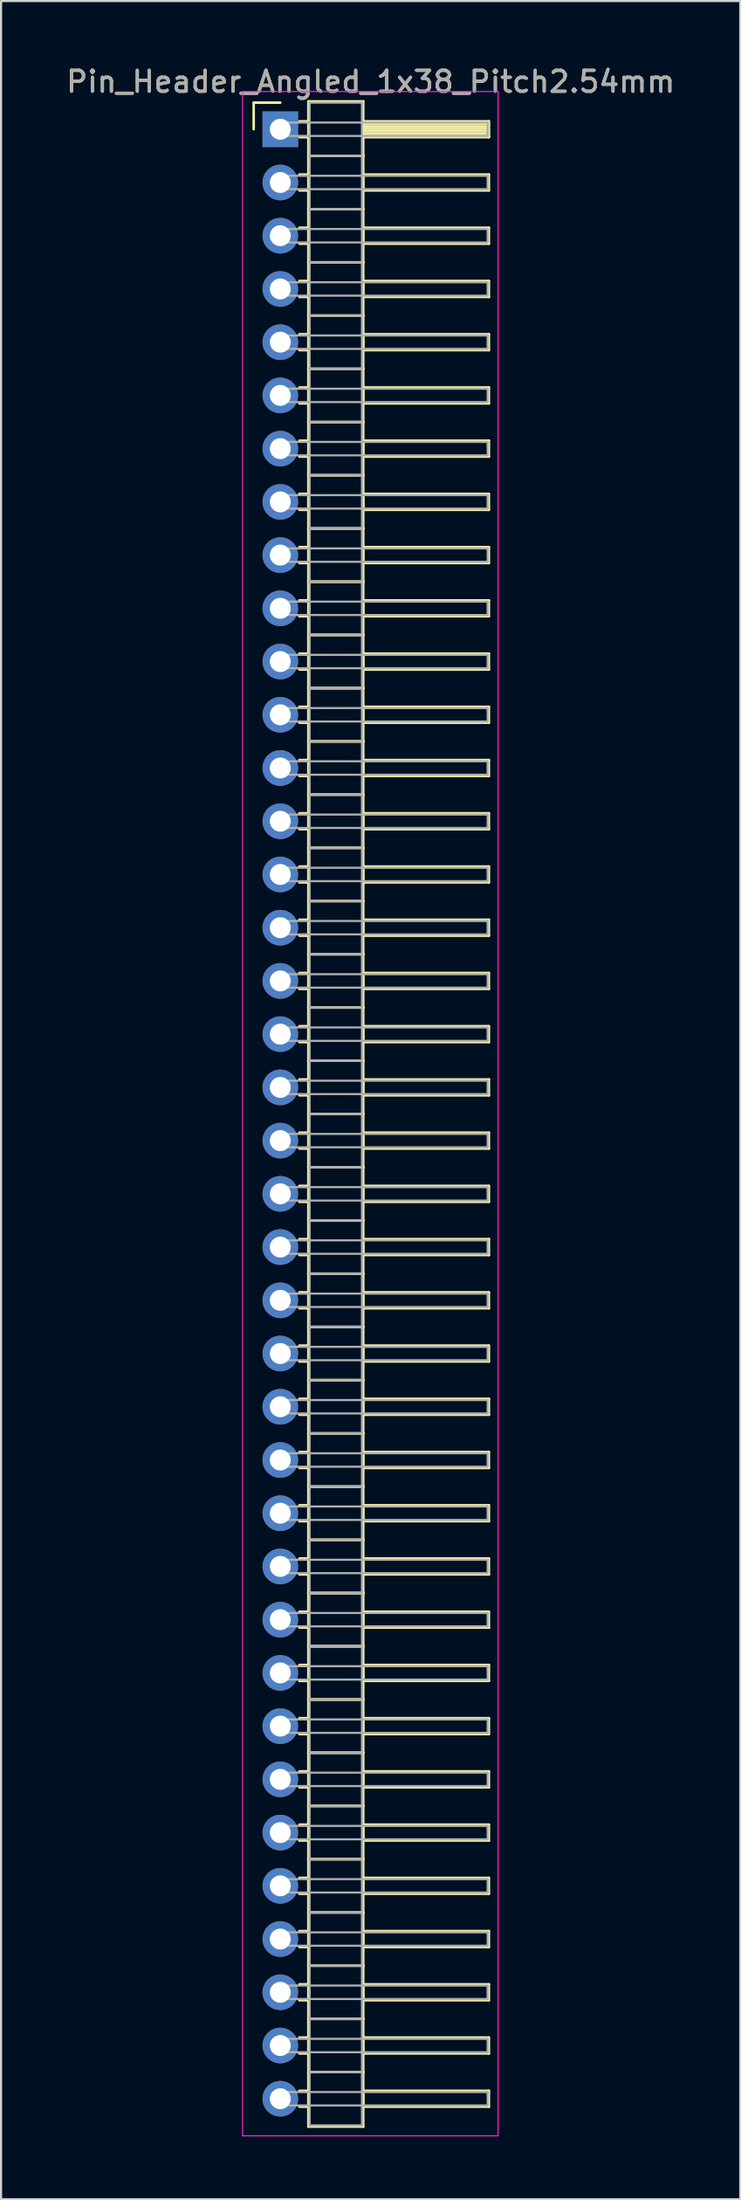
<source format=kicad_pcb>
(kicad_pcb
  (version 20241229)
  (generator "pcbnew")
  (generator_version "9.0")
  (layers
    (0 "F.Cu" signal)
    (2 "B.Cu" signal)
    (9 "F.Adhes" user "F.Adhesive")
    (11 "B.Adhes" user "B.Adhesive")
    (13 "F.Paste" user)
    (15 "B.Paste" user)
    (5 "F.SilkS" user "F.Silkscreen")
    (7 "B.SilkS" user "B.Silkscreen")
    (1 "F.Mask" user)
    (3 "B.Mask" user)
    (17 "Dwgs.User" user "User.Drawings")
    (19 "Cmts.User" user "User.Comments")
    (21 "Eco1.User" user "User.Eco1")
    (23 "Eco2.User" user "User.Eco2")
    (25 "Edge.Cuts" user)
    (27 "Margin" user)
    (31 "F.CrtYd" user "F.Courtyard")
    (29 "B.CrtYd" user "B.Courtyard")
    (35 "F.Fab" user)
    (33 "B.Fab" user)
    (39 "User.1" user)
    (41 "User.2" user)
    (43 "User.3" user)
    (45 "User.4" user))
  (footprint "Pin_Header_Angled_1x38_Pitch2.54mm"
    (layer "F.Cu")
    (at 10.334 3.118)
    (property "Reference" "Pin_Header_Angled_1x38_Pitch2.54mm" (at 4.315 -2.27 0) (layer "F.SilkS") (effects (font (size 1 1) (thickness 0.15))))
    (attr through_hole)
    (fp_line (start -1.27 -1.27) (end 0 -1.27) (stroke (width 0.12) (type solid)) (layer "F.SilkS"))
    (fp_line (start -1.27 0) (end -1.27 -1.27) (stroke (width 0.12) (type solid)) (layer "F.SilkS"))
    (fp_line (start 0.91 -0.38) (end 1.34 -0.38) (stroke (width 0.12) (type solid)) (layer "F.SilkS"))
    (fp_line (start 0.91 0.38) (end 1.34 0.38) (stroke (width 0.12) (type solid)) (layer "F.SilkS"))
    (fp_line (start 0.91 2.16) (end 1.34 2.16) (stroke (width 0.12) (type solid)) (layer "F.SilkS"))
    (fp_line (start 0.91 2.92) (end 1.34 2.92) (stroke (width 0.12) (type solid)) (layer "F.SilkS"))
    (fp_line (start 0.91 4.7) (end 1.34 4.7) (stroke (width 0.12) (type solid)) (layer "F.SilkS"))
    (fp_line (start 0.91 5.46) (end 1.34 5.46) (stroke (width 0.12) (type solid)) (layer "F.SilkS"))
    (fp_line (start 0.91 7.24) (end 1.34 7.24) (stroke (width 0.12) (type solid)) (layer "F.SilkS"))
    (fp_line (start 0.91 8) (end 1.34 8) (stroke (width 0.12) (type solid)) (layer "F.SilkS"))
    (fp_line (start 0.91 9.78) (end 1.34 9.78) (stroke (width 0.12) (type solid)) (layer "F.SilkS"))
    (fp_line (start 0.91 10.54) (end 1.34 10.54) (stroke (width 0.12) (type solid)) (layer "F.SilkS"))
    (fp_line (start 0.91 12.32) (end 1.34 12.32) (stroke (width 0.12) (type solid)) (layer "F.SilkS"))
    (fp_line (start 0.91 13.08) (end 1.34 13.08) (stroke (width 0.12) (type solid)) (layer "F.SilkS"))
    (fp_line (start 0.91 14.86) (end 1.34 14.86) (stroke (width 0.12) (type solid)) (layer "F.SilkS"))
    (fp_line (start 0.91 15.62) (end 1.34 15.62) (stroke (width 0.12) (type solid)) (layer "F.SilkS"))
    (fp_line (start 0.91 17.4) (end 1.34 17.4) (stroke (width 0.12) (type solid)) (layer "F.SilkS"))
    (fp_line (start 0.91 18.16) (end 1.34 18.16) (stroke (width 0.12) (type solid)) (layer "F.SilkS"))
    (fp_line (start 0.91 19.94) (end 1.34 19.94) (stroke (width 0.12) (type solid)) (layer "F.SilkS"))
    (fp_line (start 0.91 20.7) (end 1.34 20.7) (stroke (width 0.12) (type solid)) (layer "F.SilkS"))
    (fp_line (start 0.91 22.48) (end 1.34 22.48) (stroke (width 0.12) (type solid)) (layer "F.SilkS"))
    (fp_line (start 0.91 23.24) (end 1.34 23.24) (stroke (width 0.12) (type solid)) (layer "F.SilkS"))
    (fp_line (start 0.91 25.02) (end 1.34 25.02) (stroke (width 0.12) (type solid)) (layer "F.SilkS"))
    (fp_line (start 0.91 25.78) (end 1.34 25.78) (stroke (width 0.12) (type solid)) (layer "F.SilkS"))
    (fp_line (start 0.91 27.56) (end 1.34 27.56) (stroke (width 0.12) (type solid)) (layer "F.SilkS"))
    (fp_line (start 0.91 28.32) (end 1.34 28.32) (stroke (width 0.12) (type solid)) (layer "F.SilkS"))
    (fp_line (start 0.91 30.1) (end 1.34 30.1) (stroke (width 0.12) (type solid)) (layer "F.SilkS"))
    (fp_line (start 0.91 30.86) (end 1.34 30.86) (stroke (width 0.12) (type solid)) (layer "F.SilkS"))
    (fp_line (start 0.91 32.64) (end 1.34 32.64) (stroke (width 0.12) (type solid)) (layer "F.SilkS"))
    (fp_line (start 0.91 33.4) (end 1.34 33.4) (stroke (width 0.12) (type solid)) (layer "F.SilkS"))
    (fp_line (start 0.91 35.18) (end 1.34 35.18) (stroke (width 0.12) (type solid)) (layer "F.SilkS"))
    (fp_line (start 0.91 35.94) (end 1.34 35.94) (stroke (width 0.12) (type solid)) (layer "F.SilkS"))
    (fp_line (start 0.91 37.72) (end 1.34 37.72) (stroke (width 0.12) (type solid)) (layer "F.SilkS"))
    (fp_line (start 0.91 38.48) (end 1.34 38.48) (stroke (width 0.12) (type solid)) (layer "F.SilkS"))
    (fp_line (start 0.91 40.26) (end 1.34 40.26) (stroke (width 0.12) (type solid)) (layer "F.SilkS"))
    (fp_line (start 0.91 41.02) (end 1.34 41.02) (stroke (width 0.12) (type solid)) (layer "F.SilkS"))
    (fp_line (start 0.91 42.8) (end 1.34 42.8) (stroke (width 0.12) (type solid)) (layer "F.SilkS"))
    (fp_line (start 0.91 43.56) (end 1.34 43.56) (stroke (width 0.12) (type solid)) (layer "F.SilkS"))
    (fp_line (start 0.91 45.34) (end 1.34 45.34) (stroke (width 0.12) (type solid)) (layer "F.SilkS"))
    (fp_line (start 0.91 46.1) (end 1.34 46.1) (stroke (width 0.12) (type solid)) (layer "F.SilkS"))
    (fp_line (start 0.91 47.88) (end 1.34 47.88) (stroke (width 0.12) (type solid)) (layer "F.SilkS"))
    (fp_line (start 0.91 48.64) (end 1.34 48.64) (stroke (width 0.12) (type solid)) (layer "F.SilkS"))
    (fp_line (start 0.91 50.42) (end 1.34 50.42) (stroke (width 0.12) (type solid)) (layer "F.SilkS"))
    (fp_line (start 0.91 51.18) (end 1.34 51.18) (stroke (width 0.12) (type solid)) (layer "F.SilkS"))
    (fp_line (start 0.91 52.96) (end 1.34 52.96) (stroke (width 0.12) (type solid)) (layer "F.SilkS"))
    (fp_line (start 0.91 53.72) (end 1.34 53.72) (stroke (width 0.12) (type solid)) (layer "F.SilkS"))
    (fp_line (start 0.91 55.5) (end 1.34 55.5) (stroke (width 0.12) (type solid)) (layer "F.SilkS"))
    (fp_line (start 0.91 56.26) (end 1.34 56.26) (stroke (width 0.12) (type solid)) (layer "F.SilkS"))
    (fp_line (start 0.91 58.04) (end 1.34 58.04) (stroke (width 0.12) (type solid)) (layer "F.SilkS"))
    (fp_line (start 0.91 58.8) (end 1.34 58.8) (stroke (width 0.12) (type solid)) (layer "F.SilkS"))
    (fp_line (start 0.91 60.58) (end 1.34 60.58) (stroke (width 0.12) (type solid)) (layer "F.SilkS"))
    (fp_line (start 0.91 61.34) (end 1.34 61.34) (stroke (width 0.12) (type solid)) (layer "F.SilkS"))
    (fp_line (start 0.91 63.12) (end 1.34 63.12) (stroke (width 0.12) (type solid)) (layer "F.SilkS"))
    (fp_line (start 0.91 63.88) (end 1.34 63.88) (stroke (width 0.12) (type solid)) (layer "F.SilkS"))
    (fp_line (start 0.91 65.66) (end 1.34 65.66) (stroke (width 0.12) (type solid)) (layer "F.SilkS"))
    (fp_line (start 0.91 66.42) (end 1.34 66.42) (stroke (width 0.12) (type solid)) (layer "F.SilkS"))
    (fp_line (start 0.91 68.2) (end 1.34 68.2) (stroke (width 0.12) (type solid)) (layer "F.SilkS"))
    (fp_line (start 0.91 68.96) (end 1.34 68.96) (stroke (width 0.12) (type solid)) (layer "F.SilkS"))
    (fp_line (start 0.91 70.74) (end 1.34 70.74) (stroke (width 0.12) (type solid)) (layer "F.SilkS"))
    (fp_line (start 0.91 71.5) (end 1.34 71.5) (stroke (width 0.12) (type solid)) (layer "F.SilkS"))
    (fp_line (start 0.91 73.28) (end 1.34 73.28) (stroke (width 0.12) (type solid)) (layer "F.SilkS"))
    (fp_line (start 0.91 74.04) (end 1.34 74.04) (stroke (width 0.12) (type solid)) (layer "F.SilkS"))
    (fp_line (start 0.91 75.82) (end 1.34 75.82) (stroke (width 0.12) (type solid)) (layer "F.SilkS"))
    (fp_line (start 0.91 76.58) (end 1.34 76.58) (stroke (width 0.12) (type solid)) (layer "F.SilkS"))
    (fp_line (start 0.91 78.36) (end 1.34 78.36) (stroke (width 0.12) (type solid)) (layer "F.SilkS"))
    (fp_line (start 0.91 79.12) (end 1.34 79.12) (stroke (width 0.12) (type solid)) (layer "F.SilkS"))
    (fp_line (start 0.91 80.9) (end 1.34 80.9) (stroke (width 0.12) (type solid)) (layer "F.SilkS"))
    (fp_line (start 0.91 81.66) (end 1.34 81.66) (stroke (width 0.12) (type solid)) (layer "F.SilkS"))
    (fp_line (start 0.91 83.44) (end 1.34 83.44) (stroke (width 0.12) (type solid)) (layer "F.SilkS"))
    (fp_line (start 0.91 84.2) (end 1.34 84.2) (stroke (width 0.12) (type solid)) (layer "F.SilkS"))
    (fp_line (start 0.91 85.98) (end 1.34 85.98) (stroke (width 0.12) (type solid)) (layer "F.SilkS"))
    (fp_line (start 0.91 86.74) (end 1.34 86.74) (stroke (width 0.12) (type solid)) (layer "F.SilkS"))
    (fp_line (start 0.91 88.52) (end 1.34 88.52) (stroke (width 0.12) (type solid)) (layer "F.SilkS"))
    (fp_line (start 0.91 89.28) (end 1.34 89.28) (stroke (width 0.12) (type solid)) (layer "F.SilkS"))
    (fp_line (start 0.91 91.06) (end 1.34 91.06) (stroke (width 0.12) (type solid)) (layer "F.SilkS"))
    (fp_line (start 0.91 91.82) (end 1.34 91.82) (stroke (width 0.12) (type solid)) (layer "F.SilkS"))
    (fp_line (start 0.91 93.6) (end 1.34 93.6) (stroke (width 0.12) (type solid)) (layer "F.SilkS"))
    (fp_line (start 0.91 94.36) (end 1.34 94.36) (stroke (width 0.12) (type solid)) (layer "F.SilkS"))
    (fp_line (start 1.34 -1.33) (end 1.34 1.27) (stroke (width 0.12) (type solid)) (layer "F.SilkS"))
    (fp_line (start 1.34 1.27) (end 1.34 3.81) (stroke (width 0.12) (type solid)) (layer "F.SilkS"))
    (fp_line (start 1.34 1.27) (end 3.96 1.27) (stroke (width 0.12) (type solid)) (layer "F.SilkS"))
    (fp_line (start 1.34 3.81) (end 1.34 6.35) (stroke (width 0.12) (type solid)) (layer "F.SilkS"))
    (fp_line (start 1.34 3.81) (end 3.96 3.81) (stroke (width 0.12) (type solid)) (layer "F.SilkS"))
    (fp_line (start 1.34 6.35) (end 1.34 8.89) (stroke (width 0.12) (type solid)) (layer "F.SilkS"))
    (fp_line (start 1.34 6.35) (end 3.96 6.35) (stroke (width 0.12) (type solid)) (layer "F.SilkS"))
    (fp_line (start 1.34 8.89) (end 1.34 11.43) (stroke (width 0.12) (type solid)) (layer "F.SilkS"))
    (fp_line (start 1.34 8.89) (end 3.96 8.89) (stroke (width 0.12) (type solid)) (layer "F.SilkS"))
    (fp_line (start 1.34 11.43) (end 1.34 13.97) (stroke (width 0.12) (type solid)) (layer "F.SilkS"))
    (fp_line (start 1.34 11.43) (end 3.96 11.43) (stroke (width 0.12) (type solid)) (layer "F.SilkS"))
    (fp_line (start 1.34 13.97) (end 1.34 16.51) (stroke (width 0.12) (type solid)) (layer "F.SilkS"))
    (fp_line (start 1.34 13.97) (end 3.96 13.97) (stroke (width 0.12) (type solid)) (layer "F.SilkS"))
    (fp_line (start 1.34 16.51) (end 1.34 19.05) (stroke (width 0.12) (type solid)) (layer "F.SilkS"))
    (fp_line (start 1.34 16.51) (end 3.96 16.51) (stroke (width 0.12) (type solid)) (layer "F.SilkS"))
    (fp_line (start 1.34 19.05) (end 1.34 21.59) (stroke (width 0.12) (type solid)) (layer "F.SilkS"))
    (fp_line (start 1.34 19.05) (end 3.96 19.05) (stroke (width 0.12) (type solid)) (layer "F.SilkS"))
    (fp_line (start 1.34 21.59) (end 1.34 24.13) (stroke (width 0.12) (type solid)) (layer "F.SilkS"))
    (fp_line (start 1.34 21.59) (end 3.96 21.59) (stroke (width 0.12) (type solid)) (layer "F.SilkS"))
    (fp_line (start 1.34 24.13) (end 1.34 26.67) (stroke (width 0.12) (type solid)) (layer "F.SilkS"))
    (fp_line (start 1.34 24.13) (end 3.96 24.13) (stroke (width 0.12) (type solid)) (layer "F.SilkS"))
    (fp_line (start 1.34 26.67) (end 1.34 29.21) (stroke (width 0.12) (type solid)) (layer "F.SilkS"))
    (fp_line (start 1.34 26.67) (end 3.96 26.67) (stroke (width 0.12) (type solid)) (layer "F.SilkS"))
    (fp_line (start 1.34 29.21) (end 1.34 31.75) (stroke (width 0.12) (type solid)) (layer "F.SilkS"))
    (fp_line (start 1.34 29.21) (end 3.96 29.21) (stroke (width 0.12) (type solid)) (layer "F.SilkS"))
    (fp_line (start 1.34 31.75) (end 1.34 34.29) (stroke (width 0.12) (type solid)) (layer "F.SilkS"))
    (fp_line (start 1.34 31.75) (end 3.96 31.75) (stroke (width 0.12) (type solid)) (layer "F.SilkS"))
    (fp_line (start 1.34 34.29) (end 1.34 36.83) (stroke (width 0.12) (type solid)) (layer "F.SilkS"))
    (fp_line (start 1.34 34.29) (end 3.96 34.29) (stroke (width 0.12) (type solid)) (layer "F.SilkS"))
    (fp_line (start 1.34 36.83) (end 1.34 39.37) (stroke (width 0.12) (type solid)) (layer "F.SilkS"))
    (fp_line (start 1.34 36.83) (end 3.96 36.83) (stroke (width 0.12) (type solid)) (layer "F.SilkS"))
    (fp_line (start 1.34 39.37) (end 1.34 41.91) (stroke (width 0.12) (type solid)) (layer "F.SilkS"))
    (fp_line (start 1.34 39.37) (end 3.96 39.37) (stroke (width 0.12) (type solid)) (layer "F.SilkS"))
    (fp_line (start 1.34 41.91) (end 1.34 44.45) (stroke (width 0.12) (type solid)) (layer "F.SilkS"))
    (fp_line (start 1.34 41.91) (end 3.96 41.91) (stroke (width 0.12) (type solid)) (layer "F.SilkS"))
    (fp_line (start 1.34 44.45) (end 1.34 46.99) (stroke (width 0.12) (type solid)) (layer "F.SilkS"))
    (fp_line (start 1.34 44.45) (end 3.96 44.45) (stroke (width 0.12) (type solid)) (layer "F.SilkS"))
    (fp_line (start 1.34 46.99) (end 1.34 49.53) (stroke (width 0.12) (type solid)) (layer "F.SilkS"))
    (fp_line (start 1.34 46.99) (end 3.96 46.99) (stroke (width 0.12) (type solid)) (layer "F.SilkS"))
    (fp_line (start 1.34 49.53) (end 1.34 52.07) (stroke (width 0.12) (type solid)) (layer "F.SilkS"))
    (fp_line (start 1.34 49.53) (end 3.96 49.53) (stroke (width 0.12) (type solid)) (layer "F.SilkS"))
    (fp_line (start 1.34 52.07) (end 1.34 54.61) (stroke (width 0.12) (type solid)) (layer "F.SilkS"))
    (fp_line (start 1.34 52.07) (end 3.96 52.07) (stroke (width 0.12) (type solid)) (layer "F.SilkS"))
    (fp_line (start 1.34 54.61) (end 1.34 57.15) (stroke (width 0.12) (type solid)) (layer "F.SilkS"))
    (fp_line (start 1.34 54.61) (end 3.96 54.61) (stroke (width 0.12) (type solid)) (layer "F.SilkS"))
    (fp_line (start 1.34 57.15) (end 1.34 59.69) (stroke (width 0.12) (type solid)) (layer "F.SilkS"))
    (fp_line (start 1.34 57.15) (end 3.96 57.15) (stroke (width 0.12) (type solid)) (layer "F.SilkS"))
    (fp_line (start 1.34 59.69) (end 1.34 62.23) (stroke (width 0.12) (type solid)) (layer "F.SilkS"))
    (fp_line (start 1.34 59.69) (end 3.96 59.69) (stroke (width 0.12) (type solid)) (layer "F.SilkS"))
    (fp_line (start 1.34 62.23) (end 1.34 64.77) (stroke (width 0.12) (type solid)) (layer "F.SilkS"))
    (fp_line (start 1.34 62.23) (end 3.96 62.23) (stroke (width 0.12) (type solid)) (layer "F.SilkS"))
    (fp_line (start 1.34 64.77) (end 1.34 67.31) (stroke (width 0.12) (type solid)) (layer "F.SilkS"))
    (fp_line (start 1.34 64.77) (end 3.96 64.77) (stroke (width 0.12) (type solid)) (layer "F.SilkS"))
    (fp_line (start 1.34 67.31) (end 1.34 69.85) (stroke (width 0.12) (type solid)) (layer "F.SilkS"))
    (fp_line (start 1.34 67.31) (end 3.96 67.31) (stroke (width 0.12) (type solid)) (layer "F.SilkS"))
    (fp_line (start 1.34 69.85) (end 1.34 72.39) (stroke (width 0.12) (type solid)) (layer "F.SilkS"))
    (fp_line (start 1.34 69.85) (end 3.96 69.85) (stroke (width 0.12) (type solid)) (layer "F.SilkS"))
    (fp_line (start 1.34 72.39) (end 1.34 74.93) (stroke (width 0.12) (type solid)) (layer "F.SilkS"))
    (fp_line (start 1.34 72.39) (end 3.96 72.39) (stroke (width 0.12) (type solid)) (layer "F.SilkS"))
    (fp_line (start 1.34 74.93) (end 1.34 77.47) (stroke (width 0.12) (type solid)) (layer "F.SilkS"))
    (fp_line (start 1.34 74.93) (end 3.96 74.93) (stroke (width 0.12) (type solid)) (layer "F.SilkS"))
    (fp_line (start 1.34 77.47) (end 1.34 80.01) (stroke (width 0.12) (type solid)) (layer "F.SilkS"))
    (fp_line (start 1.34 77.47) (end 3.96 77.47) (stroke (width 0.12) (type solid)) (layer "F.SilkS"))
    (fp_line (start 1.34 80.01) (end 1.34 82.55) (stroke (width 0.12) (type solid)) (layer "F.SilkS"))
    (fp_line (start 1.34 80.01) (end 3.96 80.01) (stroke (width 0.12) (type solid)) (layer "F.SilkS"))
    (fp_line (start 1.34 82.55) (end 1.34 85.09) (stroke (width 0.12) (type solid)) (layer "F.SilkS"))
    (fp_line (start 1.34 82.55) (end 3.96 82.55) (stroke (width 0.12) (type solid)) (layer "F.SilkS"))
    (fp_line (start 1.34 85.09) (end 1.34 87.63) (stroke (width 0.12) (type solid)) (layer "F.SilkS"))
    (fp_line (start 1.34 85.09) (end 3.96 85.09) (stroke (width 0.12) (type solid)) (layer "F.SilkS"))
    (fp_line (start 1.34 87.63) (end 1.34 90.17) (stroke (width 0.12) (type solid)) (layer "F.SilkS"))
    (fp_line (start 1.34 87.63) (end 3.96 87.63) (stroke (width 0.12) (type solid)) (layer "F.SilkS"))
    (fp_line (start 1.34 90.17) (end 1.34 92.71) (stroke (width 0.12) (type solid)) (layer "F.SilkS"))
    (fp_line (start 1.34 90.17) (end 3.96 90.17) (stroke (width 0.12) (type solid)) (layer "F.SilkS"))
    (fp_line (start 1.34 92.71) (end 1.34 95.31) (stroke (width 0.12) (type solid)) (layer "F.SilkS"))
    (fp_line (start 1.34 92.71) (end 3.96 92.71) (stroke (width 0.12) (type solid)) (layer "F.SilkS"))
    (fp_line (start 1.34 95.31) (end 3.96 95.31) (stroke (width 0.12) (type solid)) (layer "F.SilkS"))
    (fp_line (start 3.96 -1.33) (end 1.34 -1.33) (stroke (width 0.12) (type solid)) (layer "F.SilkS"))
    (fp_line (start 3.96 -0.38) (end 3.96 0.38) (stroke (width 0.12) (type solid)) (layer "F.SilkS"))
    (fp_line (start 3.96 -0.26) (end 9.96 -0.26) (stroke (width 0.12) (type solid)) (layer "F.SilkS"))
    (fp_line (start 3.96 -0.14) (end 9.96 -0.14) (stroke (width 0.12) (type solid)) (layer "F.SilkS"))
    (fp_line (start 3.96 -0.02) (end 9.96 -0.02) (stroke (width 0.12) (type solid)) (layer "F.SilkS"))
    (fp_line (start 3.96 0.1) (end 9.96 0.1) (stroke (width 0.12) (type solid)) (layer "F.SilkS"))
    (fp_line (start 3.96 0.22) (end 9.96 0.22) (stroke (width 0.12) (type solid)) (layer "F.SilkS"))
    (fp_line (start 3.96 0.34) (end 9.96 0.34) (stroke (width 0.12) (type solid)) (layer "F.SilkS"))
    (fp_line (start 3.96 0.38) (end 9.96 0.38) (stroke (width 0.12) (type solid)) (layer "F.SilkS"))
    (fp_line (start 3.96 1.27) (end 1.34 1.27) (stroke (width 0.12) (type solid)) (layer "F.SilkS"))
    (fp_line (start 3.96 1.27) (end 3.96 -1.33) (stroke (width 0.12) (type solid)) (layer "F.SilkS"))
    (fp_line (start 3.96 2.16) (end 3.96 2.92) (stroke (width 0.12) (type solid)) (layer "F.SilkS"))
    (fp_line (start 3.96 2.92) (end 9.96 2.92) (stroke (width 0.12) (type solid)) (layer "F.SilkS"))
    (fp_line (start 3.96 3.81) (end 1.34 3.81) (stroke (width 0.12) (type solid)) (layer "F.SilkS"))
    (fp_line (start 3.96 3.81) (end 3.96 1.27) (stroke (width 0.12) (type solid)) (layer "F.SilkS"))
    (fp_line (start 3.96 4.7) (end 3.96 5.46) (stroke (width 0.12) (type solid)) (layer "F.SilkS"))
    (fp_line (start 3.96 5.46) (end 9.96 5.46) (stroke (width 0.12) (type solid)) (layer "F.SilkS"))
    (fp_line (start 3.96 6.35) (end 1.34 6.35) (stroke (width 0.12) (type solid)) (layer "F.SilkS"))
    (fp_line (start 3.96 6.35) (end 3.96 3.81) (stroke (width 0.12) (type solid)) (layer "F.SilkS"))
    (fp_line (start 3.96 7.24) (end 3.96 8) (stroke (width 0.12) (type solid)) (layer "F.SilkS"))
    (fp_line (start 3.96 8) (end 9.96 8) (stroke (width 0.12) (type solid)) (layer "F.SilkS"))
    (fp_line (start 3.96 8.89) (end 1.34 8.89) (stroke (width 0.12) (type solid)) (layer "F.SilkS"))
    (fp_line (start 3.96 8.89) (end 3.96 6.35) (stroke (width 0.12) (type solid)) (layer "F.SilkS"))
    (fp_line (start 3.96 9.78) (end 3.96 10.54) (stroke (width 0.12) (type solid)) (layer "F.SilkS"))
    (fp_line (start 3.96 10.54) (end 9.96 10.54) (stroke (width 0.12) (type solid)) (layer "F.SilkS"))
    (fp_line (start 3.96 11.43) (end 1.34 11.43) (stroke (width 0.12) (type solid)) (layer "F.SilkS"))
    (fp_line (start 3.96 11.43) (end 3.96 8.89) (stroke (width 0.12) (type solid)) (layer "F.SilkS"))
    (fp_line (start 3.96 12.32) (end 3.96 13.08) (stroke (width 0.12) (type solid)) (layer "F.SilkS"))
    (fp_line (start 3.96 13.08) (end 9.96 13.08) (stroke (width 0.12) (type solid)) (layer "F.SilkS"))
    (fp_line (start 3.96 13.97) (end 1.34 13.97) (stroke (width 0.12) (type solid)) (layer "F.SilkS"))
    (fp_line (start 3.96 13.97) (end 3.96 11.43) (stroke (width 0.12) (type solid)) (layer "F.SilkS"))
    (fp_line (start 3.96 14.86) (end 3.96 15.62) (stroke (width 0.12) (type solid)) (layer "F.SilkS"))
    (fp_line (start 3.96 15.62) (end 9.96 15.62) (stroke (width 0.12) (type solid)) (layer "F.SilkS"))
    (fp_line (start 3.96 16.51) (end 1.34 16.51) (stroke (width 0.12) (type solid)) (layer "F.SilkS"))
    (fp_line (start 3.96 16.51) (end 3.96 13.97) (stroke (width 0.12) (type solid)) (layer "F.SilkS"))
    (fp_line (start 3.96 17.4) (end 3.96 18.16) (stroke (width 0.12) (type solid)) (layer "F.SilkS"))
    (fp_line (start 3.96 18.16) (end 9.96 18.16) (stroke (width 0.12) (type solid)) (layer "F.SilkS"))
    (fp_line (start 3.96 19.05) (end 1.34 19.05) (stroke (width 0.12) (type solid)) (layer "F.SilkS"))
    (fp_line (start 3.96 19.05) (end 3.96 16.51) (stroke (width 0.12) (type solid)) (layer "F.SilkS"))
    (fp_line (start 3.96 19.94) (end 3.96 20.7) (stroke (width 0.12) (type solid)) (layer "F.SilkS"))
    (fp_line (start 3.96 20.7) (end 9.96 20.7) (stroke (width 0.12) (type solid)) (layer "F.SilkS"))
    (fp_line (start 3.96 21.59) (end 1.34 21.59) (stroke (width 0.12) (type solid)) (layer "F.SilkS"))
    (fp_line (start 3.96 21.59) (end 3.96 19.05) (stroke (width 0.12) (type solid)) (layer "F.SilkS"))
    (fp_line (start 3.96 22.48) (end 3.96 23.24) (stroke (width 0.12) (type solid)) (layer "F.SilkS"))
    (fp_line (start 3.96 23.24) (end 9.96 23.24) (stroke (width 0.12) (type solid)) (layer "F.SilkS"))
    (fp_line (start 3.96 24.13) (end 1.34 24.13) (stroke (width 0.12) (type solid)) (layer "F.SilkS"))
    (fp_line (start 3.96 24.13) (end 3.96 21.59) (stroke (width 0.12) (type solid)) (layer "F.SilkS"))
    (fp_line (start 3.96 25.02) (end 3.96 25.78) (stroke (width 0.12) (type solid)) (layer "F.SilkS"))
    (fp_line (start 3.96 25.78) (end 9.96 25.78) (stroke (width 0.12) (type solid)) (layer "F.SilkS"))
    (fp_line (start 3.96 26.67) (end 1.34 26.67) (stroke (width 0.12) (type solid)) (layer "F.SilkS"))
    (fp_line (start 3.96 26.67) (end 3.96 24.13) (stroke (width 0.12) (type solid)) (layer "F.SilkS"))
    (fp_line (start 3.96 27.56) (end 3.96 28.32) (stroke (width 0.12) (type solid)) (layer "F.SilkS"))
    (fp_line (start 3.96 28.32) (end 9.96 28.32) (stroke (width 0.12) (type solid)) (layer "F.SilkS"))
    (fp_line (start 3.96 29.21) (end 1.34 29.21) (stroke (width 0.12) (type solid)) (layer "F.SilkS"))
    (fp_line (start 3.96 29.21) (end 3.96 26.67) (stroke (width 0.12) (type solid)) (layer "F.SilkS"))
    (fp_line (start 3.96 30.1) (end 3.96 30.86) (stroke (width 0.12) (type solid)) (layer "F.SilkS"))
    (fp_line (start 3.96 30.86) (end 9.96 30.86) (stroke (width 0.12) (type solid)) (layer "F.SilkS"))
    (fp_line (start 3.96 31.75) (end 1.34 31.75) (stroke (width 0.12) (type solid)) (layer "F.SilkS"))
    (fp_line (start 3.96 31.75) (end 3.96 29.21) (stroke (width 0.12) (type solid)) (layer "F.SilkS"))
    (fp_line (start 3.96 32.64) (end 3.96 33.4) (stroke (width 0.12) (type solid)) (layer "F.SilkS"))
    (fp_line (start 3.96 33.4) (end 9.96 33.4) (stroke (width 0.12) (type solid)) (layer "F.SilkS"))
    (fp_line (start 3.96 34.29) (end 1.34 34.29) (stroke (width 0.12) (type solid)) (layer "F.SilkS"))
    (fp_line (start 3.96 34.29) (end 3.96 31.75) (stroke (width 0.12) (type solid)) (layer "F.SilkS"))
    (fp_line (start 3.96 35.18) (end 3.96 35.94) (stroke (width 0.12) (type solid)) (layer "F.SilkS"))
    (fp_line (start 3.96 35.94) (end 9.96 35.94) (stroke (width 0.12) (type solid)) (layer "F.SilkS"))
    (fp_line (start 3.96 36.83) (end 1.34 36.83) (stroke (width 0.12) (type solid)) (layer "F.SilkS"))
    (fp_line (start 3.96 36.83) (end 3.96 34.29) (stroke (width 0.12) (type solid)) (layer "F.SilkS"))
    (fp_line (start 3.96 37.72) (end 3.96 38.48) (stroke (width 0.12) (type solid)) (layer "F.SilkS"))
    (fp_line (start 3.96 38.48) (end 9.96 38.48) (stroke (width 0.12) (type solid)) (layer "F.SilkS"))
    (fp_line (start 3.96 39.37) (end 1.34 39.37) (stroke (width 0.12) (type solid)) (layer "F.SilkS"))
    (fp_line (start 3.96 39.37) (end 3.96 36.83) (stroke (width 0.12) (type solid)) (layer "F.SilkS"))
    (fp_line (start 3.96 40.26) (end 3.96 41.02) (stroke (width 0.12) (type solid)) (layer "F.SilkS"))
    (fp_line (start 3.96 41.02) (end 9.96 41.02) (stroke (width 0.12) (type solid)) (layer "F.SilkS"))
    (fp_line (start 3.96 41.91) (end 1.34 41.91) (stroke (width 0.12) (type solid)) (layer "F.SilkS"))
    (fp_line (start 3.96 41.91) (end 3.96 39.37) (stroke (width 0.12) (type solid)) (layer "F.SilkS"))
    (fp_line (start 3.96 42.8) (end 3.96 43.56) (stroke (width 0.12) (type solid)) (layer "F.SilkS"))
    (fp_line (start 3.96 43.56) (end 9.96 43.56) (stroke (width 0.12) (type solid)) (layer "F.SilkS"))
    (fp_line (start 3.96 44.45) (end 1.34 44.45) (stroke (width 0.12) (type solid)) (layer "F.SilkS"))
    (fp_line (start 3.96 44.45) (end 3.96 41.91) (stroke (width 0.12) (type solid)) (layer "F.SilkS"))
    (fp_line (start 3.96 45.34) (end 3.96 46.1) (stroke (width 0.12) (type solid)) (layer "F.SilkS"))
    (fp_line (start 3.96 46.1) (end 9.96 46.1) (stroke (width 0.12) (type solid)) (layer "F.SilkS"))
    (fp_line (start 3.96 46.99) (end 1.34 46.99) (stroke (width 0.12) (type solid)) (layer "F.SilkS"))
    (fp_line (start 3.96 46.99) (end 3.96 44.45) (stroke (width 0.12) (type solid)) (layer "F.SilkS"))
    (fp_line (start 3.96 47.88) (end 3.96 48.64) (stroke (width 0.12) (type solid)) (layer "F.SilkS"))
    (fp_line (start 3.96 48.64) (end 9.96 48.64) (stroke (width 0.12) (type solid)) (layer "F.SilkS"))
    (fp_line (start 3.96 49.53) (end 1.34 49.53) (stroke (width 0.12) (type solid)) (layer "F.SilkS"))
    (fp_line (start 3.96 49.53) (end 3.96 46.99) (stroke (width 0.12) (type solid)) (layer "F.SilkS"))
    (fp_line (start 3.96 50.42) (end 3.96 51.18) (stroke (width 0.12) (type solid)) (layer "F.SilkS"))
    (fp_line (start 3.96 51.18) (end 9.96 51.18) (stroke (width 0.12) (type solid)) (layer "F.SilkS"))
    (fp_line (start 3.96 52.07) (end 1.34 52.07) (stroke (width 0.12) (type solid)) (layer "F.SilkS"))
    (fp_line (start 3.96 52.07) (end 3.96 49.53) (stroke (width 0.12) (type solid)) (layer "F.SilkS"))
    (fp_line (start 3.96 52.96) (end 3.96 53.72) (stroke (width 0.12) (type solid)) (layer "F.SilkS"))
    (fp_line (start 3.96 53.72) (end 9.96 53.72) (stroke (width 0.12) (type solid)) (layer "F.SilkS"))
    (fp_line (start 3.96 54.61) (end 1.34 54.61) (stroke (width 0.12) (type solid)) (layer "F.SilkS"))
    (fp_line (start 3.96 54.61) (end 3.96 52.07) (stroke (width 0.12) (type solid)) (layer "F.SilkS"))
    (fp_line (start 3.96 55.5) (end 3.96 56.26) (stroke (width 0.12) (type solid)) (layer "F.SilkS"))
    (fp_line (start 3.96 56.26) (end 9.96 56.26) (stroke (width 0.12) (type solid)) (layer "F.SilkS"))
    (fp_line (start 3.96 57.15) (end 1.34 57.15) (stroke (width 0.12) (type solid)) (layer "F.SilkS"))
    (fp_line (start 3.96 57.15) (end 3.96 54.61) (stroke (width 0.12) (type solid)) (layer "F.SilkS"))
    (fp_line (start 3.96 58.04) (end 3.96 58.8) (stroke (width 0.12) (type solid)) (layer "F.SilkS"))
    (fp_line (start 3.96 58.8) (end 9.96 58.8) (stroke (width 0.12) (type solid)) (layer "F.SilkS"))
    (fp_line (start 3.96 59.69) (end 1.34 59.69) (stroke (width 0.12) (type solid)) (layer "F.SilkS"))
    (fp_line (start 3.96 59.69) (end 3.96 57.15) (stroke (width 0.12) (type solid)) (layer "F.SilkS"))
    (fp_line (start 3.96 60.58) (end 3.96 61.34) (stroke (width 0.12) (type solid)) (layer "F.SilkS"))
    (fp_line (start 3.96 61.34) (end 9.96 61.34) (stroke (width 0.12) (type solid)) (layer "F.SilkS"))
    (fp_line (start 3.96 62.23) (end 1.34 62.23) (stroke (width 0.12) (type solid)) (layer "F.SilkS"))
    (fp_line (start 3.96 62.23) (end 3.96 59.69) (stroke (width 0.12) (type solid)) (layer "F.SilkS"))
    (fp_line (start 3.96 63.12) (end 3.96 63.88) (stroke (width 0.12) (type solid)) (layer "F.SilkS"))
    (fp_line (start 3.96 63.88) (end 9.96 63.88) (stroke (width 0.12) (type solid)) (layer "F.SilkS"))
    (fp_line (start 3.96 64.77) (end 1.34 64.77) (stroke (width 0.12) (type solid)) (layer "F.SilkS"))
    (fp_line (start 3.96 64.77) (end 3.96 62.23) (stroke (width 0.12) (type solid)) (layer "F.SilkS"))
    (fp_line (start 3.96 65.66) (end 3.96 66.42) (stroke (width 0.12) (type solid)) (layer "F.SilkS"))
    (fp_line (start 3.96 66.42) (end 9.96 66.42) (stroke (width 0.12) (type solid)) (layer "F.SilkS"))
    (fp_line (start 3.96 67.31) (end 1.34 67.31) (stroke (width 0.12) (type solid)) (layer "F.SilkS"))
    (fp_line (start 3.96 67.31) (end 3.96 64.77) (stroke (width 0.12) (type solid)) (layer "F.SilkS"))
    (fp_line (start 3.96 68.2) (end 3.96 68.96) (stroke (width 0.12) (type solid)) (layer "F.SilkS"))
    (fp_line (start 3.96 68.96) (end 9.96 68.96) (stroke (width 0.12) (type solid)) (layer "F.SilkS"))
    (fp_line (start 3.96 69.85) (end 1.34 69.85) (stroke (width 0.12) (type solid)) (layer "F.SilkS"))
    (fp_line (start 3.96 69.85) (end 3.96 67.31) (stroke (width 0.12) (type solid)) (layer "F.SilkS"))
    (fp_line (start 3.96 70.74) (end 3.96 71.5) (stroke (width 0.12) (type solid)) (layer "F.SilkS"))
    (fp_line (start 3.96 71.5) (end 9.96 71.5) (stroke (width 0.12) (type solid)) (layer "F.SilkS"))
    (fp_line (start 3.96 72.39) (end 1.34 72.39) (stroke (width 0.12) (type solid)) (layer "F.SilkS"))
    (fp_line (start 3.96 72.39) (end 3.96 69.85) (stroke (width 0.12) (type solid)) (layer "F.SilkS"))
    (fp_line (start 3.96 73.28) (end 3.96 74.04) (stroke (width 0.12) (type solid)) (layer "F.SilkS"))
    (fp_line (start 3.96 74.04) (end 9.96 74.04) (stroke (width 0.12) (type solid)) (layer "F.SilkS"))
    (fp_line (start 3.96 74.93) (end 1.34 74.93) (stroke (width 0.12) (type solid)) (layer "F.SilkS"))
    (fp_line (start 3.96 74.93) (end 3.96 72.39) (stroke (width 0.12) (type solid)) (layer "F.SilkS"))
    (fp_line (start 3.96 75.82) (end 3.96 76.58) (stroke (width 0.12) (type solid)) (layer "F.SilkS"))
    (fp_line (start 3.96 76.58) (end 9.96 76.58) (stroke (width 0.12) (type solid)) (layer "F.SilkS"))
    (fp_line (start 3.96 77.47) (end 1.34 77.47) (stroke (width 0.12) (type solid)) (layer "F.SilkS"))
    (fp_line (start 3.96 77.47) (end 3.96 74.93) (stroke (width 0.12) (type solid)) (layer "F.SilkS"))
    (fp_line (start 3.96 78.36) (end 3.96 79.12) (stroke (width 0.12) (type solid)) (layer "F.SilkS"))
    (fp_line (start 3.96 79.12) (end 9.96 79.12) (stroke (width 0.12) (type solid)) (layer "F.SilkS"))
    (fp_line (start 3.96 80.01) (end 1.34 80.01) (stroke (width 0.12) (type solid)) (layer "F.SilkS"))
    (fp_line (start 3.96 80.01) (end 3.96 77.47) (stroke (width 0.12) (type solid)) (layer "F.SilkS"))
    (fp_line (start 3.96 80.9) (end 3.96 81.66) (stroke (width 0.12) (type solid)) (layer "F.SilkS"))
    (fp_line (start 3.96 81.66) (end 9.96 81.66) (stroke (width 0.12) (type solid)) (layer "F.SilkS"))
    (fp_line (start 3.96 82.55) (end 1.34 82.55) (stroke (width 0.12) (type solid)) (layer "F.SilkS"))
    (fp_line (start 3.96 82.55) (end 3.96 80.01) (stroke (width 0.12) (type solid)) (layer "F.SilkS"))
    (fp_line (start 3.96 83.44) (end 3.96 84.2) (stroke (width 0.12) (type solid)) (layer "F.SilkS"))
    (fp_line (start 3.96 84.2) (end 9.96 84.2) (stroke (width 0.12) (type solid)) (layer "F.SilkS"))
    (fp_line (start 3.96 85.09) (end 1.34 85.09) (stroke (width 0.12) (type solid)) (layer "F.SilkS"))
    (fp_line (start 3.96 85.09) (end 3.96 82.55) (stroke (width 0.12) (type solid)) (layer "F.SilkS"))
    (fp_line (start 3.96 85.98) (end 3.96 86.74) (stroke (width 0.12) (type solid)) (layer "F.SilkS"))
    (fp_line (start 3.96 86.74) (end 9.96 86.74) (stroke (width 0.12) (type solid)) (layer "F.SilkS"))
    (fp_line (start 3.96 87.63) (end 1.34 87.63) (stroke (width 0.12) (type solid)) (layer "F.SilkS"))
    (fp_line (start 3.96 87.63) (end 3.96 85.09) (stroke (width 0.12) (type solid)) (layer "F.SilkS"))
    (fp_line (start 3.96 88.52) (end 3.96 89.28) (stroke (width 0.12) (type solid)) (layer "F.SilkS"))
    (fp_line (start 3.96 89.28) (end 9.96 89.28) (stroke (width 0.12) (type solid)) (layer "F.SilkS"))
    (fp_line (start 3.96 90.17) (end 1.34 90.17) (stroke (width 0.12) (type solid)) (layer "F.SilkS"))
    (fp_line (start 3.96 90.17) (end 3.96 87.63) (stroke (width 0.12) (type solid)) (layer "F.SilkS"))
    (fp_line (start 3.96 91.06) (end 3.96 91.82) (stroke (width 0.12) (type solid)) (layer "F.SilkS"))
    (fp_line (start 3.96 91.82) (end 9.96 91.82) (stroke (width 0.12) (type solid)) (layer "F.SilkS"))
    (fp_line (start 3.96 92.71) (end 1.34 92.71) (stroke (width 0.12) (type solid)) (layer "F.SilkS"))
    (fp_line (start 3.96 92.71) (end 3.96 90.17) (stroke (width 0.12) (type solid)) (layer "F.SilkS"))
    (fp_line (start 3.96 93.6) (end 3.96 94.36) (stroke (width 0.12) (type solid)) (layer "F.SilkS"))
    (fp_line (start 3.96 94.36) (end 9.96 94.36) (stroke (width 0.12) (type solid)) (layer "F.SilkS"))
    (fp_line (start 3.96 95.31) (end 3.96 92.71) (stroke (width 0.12) (type solid)) (layer "F.SilkS"))
    (fp_line (start 9.96 -0.38) (end 3.96 -0.38) (stroke (width 0.12) (type solid)) (layer "F.SilkS"))
    (fp_line (start 9.96 0.38) (end 9.96 -0.38) (stroke (width 0.12) (type solid)) (layer "F.SilkS"))
    (fp_line (start 9.96 2.16) (end 3.96 2.16) (stroke (width 0.12) (type solid)) (layer "F.SilkS"))
    (fp_line (start 9.96 2.92) (end 9.96 2.16) (stroke (width 0.12) (type solid)) (layer "F.SilkS"))
    (fp_line (start 9.96 4.7) (end 3.96 4.7) (stroke (width 0.12) (type solid)) (layer "F.SilkS"))
    (fp_line (start 9.96 5.46) (end 9.96 4.7) (stroke (width 0.12) (type solid)) (layer "F.SilkS"))
    (fp_line (start 9.96 7.24) (end 3.96 7.24) (stroke (width 0.12) (type solid)) (layer "F.SilkS"))
    (fp_line (start 9.96 8) (end 9.96 7.24) (stroke (width 0.12) (type solid)) (layer "F.SilkS"))
    (fp_line (start 9.96 9.78) (end 3.96 9.78) (stroke (width 0.12) (type solid)) (layer "F.SilkS"))
    (fp_line (start 9.96 10.54) (end 9.96 9.78) (stroke (width 0.12) (type solid)) (layer "F.SilkS"))
    (fp_line (start 9.96 12.32) (end 3.96 12.32) (stroke (width 0.12) (type solid)) (layer "F.SilkS"))
    (fp_line (start 9.96 13.08) (end 9.96 12.32) (stroke (width 0.12) (type solid)) (layer "F.SilkS"))
    (fp_line (start 9.96 14.86) (end 3.96 14.86) (stroke (width 0.12) (type solid)) (layer "F.SilkS"))
    (fp_line (start 9.96 15.62) (end 9.96 14.86) (stroke (width 0.12) (type solid)) (layer "F.SilkS"))
    (fp_line (start 9.96 17.4) (end 3.96 17.4) (stroke (width 0.12) (type solid)) (layer "F.SilkS"))
    (fp_line (start 9.96 18.16) (end 9.96 17.4) (stroke (width 0.12) (type solid)) (layer "F.SilkS"))
    (fp_line (start 9.96 19.94) (end 3.96 19.94) (stroke (width 0.12) (type solid)) (layer "F.SilkS"))
    (fp_line (start 9.96 20.7) (end 9.96 19.94) (stroke (width 0.12) (type solid)) (layer "F.SilkS"))
    (fp_line (start 9.96 22.48) (end 3.96 22.48) (stroke (width 0.12) (type solid)) (layer "F.SilkS"))
    (fp_line (start 9.96 23.24) (end 9.96 22.48) (stroke (width 0.12) (type solid)) (layer "F.SilkS"))
    (fp_line (start 9.96 25.02) (end 3.96 25.02) (stroke (width 0.12) (type solid)) (layer "F.SilkS"))
    (fp_line (start 9.96 25.78) (end 9.96 25.02) (stroke (width 0.12) (type solid)) (layer "F.SilkS"))
    (fp_line (start 9.96 27.56) (end 3.96 27.56) (stroke (width 0.12) (type solid)) (layer "F.SilkS"))
    (fp_line (start 9.96 28.32) (end 9.96 27.56) (stroke (width 0.12) (type solid)) (layer "F.SilkS"))
    (fp_line (start 9.96 30.1) (end 3.96 30.1) (stroke (width 0.12) (type solid)) (layer "F.SilkS"))
    (fp_line (start 9.96 30.86) (end 9.96 30.1) (stroke (width 0.12) (type solid)) (layer "F.SilkS"))
    (fp_line (start 9.96 32.64) (end 3.96 32.64) (stroke (width 0.12) (type solid)) (layer "F.SilkS"))
    (fp_line (start 9.96 33.4) (end 9.96 32.64) (stroke (width 0.12) (type solid)) (layer "F.SilkS"))
    (fp_line (start 9.96 35.18) (end 3.96 35.18) (stroke (width 0.12) (type solid)) (layer "F.SilkS"))
    (fp_line (start 9.96 35.94) (end 9.96 35.18) (stroke (width 0.12) (type solid)) (layer "F.SilkS"))
    (fp_line (start 9.96 37.72) (end 3.96 37.72) (stroke (width 0.12) (type solid)) (layer "F.SilkS"))
    (fp_line (start 9.96 38.48) (end 9.96 37.72) (stroke (width 0.12) (type solid)) (layer "F.SilkS"))
    (fp_line (start 9.96 40.26) (end 3.96 40.26) (stroke (width 0.12) (type solid)) (layer "F.SilkS"))
    (fp_line (start 9.96 41.02) (end 9.96 40.26) (stroke (width 0.12) (type solid)) (layer "F.SilkS"))
    (fp_line (start 9.96 42.8) (end 3.96 42.8) (stroke (width 0.12) (type solid)) (layer "F.SilkS"))
    (fp_line (start 9.96 43.56) (end 9.96 42.8) (stroke (width 0.12) (type solid)) (layer "F.SilkS"))
    (fp_line (start 9.96 45.34) (end 3.96 45.34) (stroke (width 0.12) (type solid)) (layer "F.SilkS"))
    (fp_line (start 9.96 46.1) (end 9.96 45.34) (stroke (width 0.12) (type solid)) (layer "F.SilkS"))
    (fp_line (start 9.96 47.88) (end 3.96 47.88) (stroke (width 0.12) (type solid)) (layer "F.SilkS"))
    (fp_line (start 9.96 48.64) (end 9.96 47.88) (stroke (width 0.12) (type solid)) (layer "F.SilkS"))
    (fp_line (start 9.96 50.42) (end 3.96 50.42) (stroke (width 0.12) (type solid)) (layer "F.SilkS"))
    (fp_line (start 9.96 51.18) (end 9.96 50.42) (stroke (width 0.12) (type solid)) (layer "F.SilkS"))
    (fp_line (start 9.96 52.96) (end 3.96 52.96) (stroke (width 0.12) (type solid)) (layer "F.SilkS"))
    (fp_line (start 9.96 53.72) (end 9.96 52.96) (stroke (width 0.12) (type solid)) (layer "F.SilkS"))
    (fp_line (start 9.96 55.5) (end 3.96 55.5) (stroke (width 0.12) (type solid)) (layer "F.SilkS"))
    (fp_line (start 9.96 56.26) (end 9.96 55.5) (stroke (width 0.12) (type solid)) (layer "F.SilkS"))
    (fp_line (start 9.96 58.04) (end 3.96 58.04) (stroke (width 0.12) (type solid)) (layer "F.SilkS"))
    (fp_line (start 9.96 58.8) (end 9.96 58.04) (stroke (width 0.12) (type solid)) (layer "F.SilkS"))
    (fp_line (start 9.96 60.58) (end 3.96 60.58) (stroke (width 0.12) (type solid)) (layer "F.SilkS"))
    (fp_line (start 9.96 61.34) (end 9.96 60.58) (stroke (width 0.12) (type solid)) (layer "F.SilkS"))
    (fp_line (start 9.96 63.12) (end 3.96 63.12) (stroke (width 0.12) (type solid)) (layer "F.SilkS"))
    (fp_line (start 9.96 63.88) (end 9.96 63.12) (stroke (width 0.12) (type solid)) (layer "F.SilkS"))
    (fp_line (start 9.96 65.66) (end 3.96 65.66) (stroke (width 0.12) (type solid)) (layer "F.SilkS"))
    (fp_line (start 9.96 66.42) (end 9.96 65.66) (stroke (width 0.12) (type solid)) (layer "F.SilkS"))
    (fp_line (start 9.96 68.2) (end 3.96 68.2) (stroke (width 0.12) (type solid)) (layer "F.SilkS"))
    (fp_line (start 9.96 68.96) (end 9.96 68.2) (stroke (width 0.12) (type solid)) (layer "F.SilkS"))
    (fp_line (start 9.96 70.74) (end 3.96 70.74) (stroke (width 0.12) (type solid)) (layer "F.SilkS"))
    (fp_line (start 9.96 71.5) (end 9.96 70.74) (stroke (width 0.12) (type solid)) (layer "F.SilkS"))
    (fp_line (start 9.96 73.28) (end 3.96 73.28) (stroke (width 0.12) (type solid)) (layer "F.SilkS"))
    (fp_line (start 9.96 74.04) (end 9.96 73.28) (stroke (width 0.12) (type solid)) (layer "F.SilkS"))
    (fp_line (start 9.96 75.82) (end 3.96 75.82) (stroke (width 0.12) (type solid)) (layer "F.SilkS"))
    (fp_line (start 9.96 76.58) (end 9.96 75.82) (stroke (width 0.12) (type solid)) (layer "F.SilkS"))
    (fp_line (start 9.96 78.36) (end 3.96 78.36) (stroke (width 0.12) (type solid)) (layer "F.SilkS"))
    (fp_line (start 9.96 79.12) (end 9.96 78.36) (stroke (width 0.12) (type solid)) (layer "F.SilkS"))
    (fp_line (start 9.96 80.9) (end 3.96 80.9) (stroke (width 0.12) (type solid)) (layer "F.SilkS"))
    (fp_line (start 9.96 81.66) (end 9.96 80.9) (stroke (width 0.12) (type solid)) (layer "F.SilkS"))
    (fp_line (start 9.96 83.44) (end 3.96 83.44) (stroke (width 0.12) (type solid)) (layer "F.SilkS"))
    (fp_line (start 9.96 84.2) (end 9.96 83.44) (stroke (width 0.12) (type solid)) (layer "F.SilkS"))
    (fp_line (start 9.96 85.98) (end 3.96 85.98) (stroke (width 0.12) (type solid)) (layer "F.SilkS"))
    (fp_line (start 9.96 86.74) (end 9.96 85.98) (stroke (width 0.12) (type solid)) (layer "F.SilkS"))
    (fp_line (start 9.96 88.52) (end 3.96 88.52) (stroke (width 0.12) (type solid)) (layer "F.SilkS"))
    (fp_line (start 9.96 89.28) (end 9.96 88.52) (stroke (width 0.12) (type solid)) (layer "F.SilkS"))
    (fp_line (start 9.96 91.06) (end 3.96 91.06) (stroke (width 0.12) (type solid)) (layer "F.SilkS"))
    (fp_line (start 9.96 91.82) (end 9.96 91.06) (stroke (width 0.12) (type solid)) (layer "F.SilkS"))
    (fp_line (start 9.96 93.6) (end 3.96 93.6) (stroke (width 0.12) (type solid)) (layer "F.SilkS"))
    (fp_line (start 9.96 94.36) (end 9.96 93.6) (stroke (width 0.12) (type solid)) (layer "F.SilkS"))
    (fp_line (start -1.8 -1.8) (end -1.8 95.75) (stroke (width 0.05) (type solid)) (layer "F.CrtYd"))
    (fp_line (start -1.8 95.75) (end 10.4 95.75) (stroke (width 0.05) (type solid)) (layer "F.CrtYd"))
    (fp_line (start 10.4 -1.8) (end -1.8 -1.8) (stroke (width 0.05) (type solid)) (layer "F.CrtYd"))
    (fp_line (start 10.4 95.75) (end 10.4 -1.8) (stroke (width 0.05) (type solid)) (layer "F.CrtYd"))
    (fp_line (start 0 -0.32) (end 0 0.32) (stroke (width 0.1) (type solid)) (layer "F.Fab"))
    (fp_line (start 0 0.32) (end 9.9 0.32) (stroke (width 0.1) (type solid)) (layer "F.Fab"))
    (fp_line (start 0 2.22) (end 0 2.86) (stroke (width 0.1) (type solid)) (layer "F.Fab"))
    (fp_line (start 0 2.86) (end 9.9 2.86) (stroke (width 0.1) (type solid)) (layer "F.Fab"))
    (fp_line (start 0 4.76) (end 0 5.4) (stroke (width 0.1) (type solid)) (layer "F.Fab"))
    (fp_line (start 0 5.4) (end 9.9 5.4) (stroke (width 0.1) (type solid)) (layer "F.Fab"))
    (fp_line (start 0 7.3) (end 0 7.94) (stroke (width 0.1) (type solid)) (layer "F.Fab"))
    (fp_line (start 0 7.94) (end 9.9 7.94) (stroke (width 0.1) (type solid)) (layer "F.Fab"))
    (fp_line (start 0 9.84) (end 0 10.48) (stroke (width 0.1) (type solid)) (layer "F.Fab"))
    (fp_line (start 0 10.48) (end 9.9 10.48) (stroke (width 0.1) (type solid)) (layer "F.Fab"))
    (fp_line (start 0 12.38) (end 0 13.02) (stroke (width 0.1) (type solid)) (layer "F.Fab"))
    (fp_line (start 0 13.02) (end 9.9 13.02) (stroke (width 0.1) (type solid)) (layer "F.Fab"))
    (fp_line (start 0 14.92) (end 0 15.56) (stroke (width 0.1) (type solid)) (layer "F.Fab"))
    (fp_line (start 0 15.56) (end 9.9 15.56) (stroke (width 0.1) (type solid)) (layer "F.Fab"))
    (fp_line (start 0 17.46) (end 0 18.1) (stroke (width 0.1) (type solid)) (layer "F.Fab"))
    (fp_line (start 0 18.1) (end 9.9 18.1) (stroke (width 0.1) (type solid)) (layer "F.Fab"))
    (fp_line (start 0 20) (end 0 20.64) (stroke (width 0.1) (type solid)) (layer "F.Fab"))
    (fp_line (start 0 20.64) (end 9.9 20.64) (stroke (width 0.1) (type solid)) (layer "F.Fab"))
    (fp_line (start 0 22.54) (end 0 23.18) (stroke (width 0.1) (type solid)) (layer "F.Fab"))
    (fp_line (start 0 23.18) (end 9.9 23.18) (stroke (width 0.1) (type solid)) (layer "F.Fab"))
    (fp_line (start 0 25.08) (end 0 25.72) (stroke (width 0.1) (type solid)) (layer "F.Fab"))
    (fp_line (start 0 25.72) (end 9.9 25.72) (stroke (width 0.1) (type solid)) (layer "F.Fab"))
    (fp_line (start 0 27.62) (end 0 28.26) (stroke (width 0.1) (type solid)) (layer "F.Fab"))
    (fp_line (start 0 28.26) (end 9.9 28.26) (stroke (width 0.1) (type solid)) (layer "F.Fab"))
    (fp_line (start 0 30.16) (end 0 30.8) (stroke (width 0.1) (type solid)) (layer "F.Fab"))
    (fp_line (start 0 30.8) (end 9.9 30.8) (stroke (width 0.1) (type solid)) (layer "F.Fab"))
    (fp_line (start 0 32.7) (end 0 33.34) (stroke (width 0.1) (type solid)) (layer "F.Fab"))
    (fp_line (start 0 33.34) (end 9.9 33.34) (stroke (width 0.1) (type solid)) (layer "F.Fab"))
    (fp_line (start 0 35.24) (end 0 35.88) (stroke (width 0.1) (type solid)) (layer "F.Fab"))
    (fp_line (start 0 35.88) (end 9.9 35.88) (stroke (width 0.1) (type solid)) (layer "F.Fab"))
    (fp_line (start 0 37.78) (end 0 38.42) (stroke (width 0.1) (type solid)) (layer "F.Fab"))
    (fp_line (start 0 38.42) (end 9.9 38.42) (stroke (width 0.1) (type solid)) (layer "F.Fab"))
    (fp_line (start 0 40.32) (end 0 40.96) (stroke (width 0.1) (type solid)) (layer "F.Fab"))
    (fp_line (start 0 40.96) (end 9.9 40.96) (stroke (width 0.1) (type solid)) (layer "F.Fab"))
    (fp_line (start 0 42.86) (end 0 43.5) (stroke (width 0.1) (type solid)) (layer "F.Fab"))
    (fp_line (start 0 43.5) (end 9.9 43.5) (stroke (width 0.1) (type solid)) (layer "F.Fab"))
    (fp_line (start 0 45.4) (end 0 46.04) (stroke (width 0.1) (type solid)) (layer "F.Fab"))
    (fp_line (start 0 46.04) (end 9.9 46.04) (stroke (width 0.1) (type solid)) (layer "F.Fab"))
    (fp_line (start 0 47.94) (end 0 48.58) (stroke (width 0.1) (type solid)) (layer "F.Fab"))
    (fp_line (start 0 48.58) (end 9.9 48.58) (stroke (width 0.1) (type solid)) (layer "F.Fab"))
    (fp_line (start 0 50.48) (end 0 51.12) (stroke (width 0.1) (type solid)) (layer "F.Fab"))
    (fp_line (start 0 51.12) (end 9.9 51.12) (stroke (width 0.1) (type solid)) (layer "F.Fab"))
    (fp_line (start 0 53.02) (end 0 53.66) (stroke (width 0.1) (type solid)) (layer "F.Fab"))
    (fp_line (start 0 53.66) (end 9.9 53.66) (stroke (width 0.1) (type solid)) (layer "F.Fab"))
    (fp_line (start 0 55.56) (end 0 56.2) (stroke (width 0.1) (type solid)) (layer "F.Fab"))
    (fp_line (start 0 56.2) (end 9.9 56.2) (stroke (width 0.1) (type solid)) (layer "F.Fab"))
    (fp_line (start 0 58.1) (end 0 58.74) (stroke (width 0.1) (type solid)) (layer "F.Fab"))
    (fp_line (start 0 58.74) (end 9.9 58.74) (stroke (width 0.1) (type solid)) (layer "F.Fab"))
    (fp_line (start 0 60.64) (end 0 61.28) (stroke (width 0.1) (type solid)) (layer "F.Fab"))
    (fp_line (start 0 61.28) (end 9.9 61.28) (stroke (width 0.1) (type solid)) (layer "F.Fab"))
    (fp_line (start 0 63.18) (end 0 63.82) (stroke (width 0.1) (type solid)) (layer "F.Fab"))
    (fp_line (start 0 63.82) (end 9.9 63.82) (stroke (width 0.1) (type solid)) (layer "F.Fab"))
    (fp_line (start 0 65.72) (end 0 66.36) (stroke (width 0.1) (type solid)) (layer "F.Fab"))
    (fp_line (start 0 66.36) (end 9.9 66.36) (stroke (width 0.1) (type solid)) (layer "F.Fab"))
    (fp_line (start 0 68.26) (end 0 68.9) (stroke (width 0.1) (type solid)) (layer "F.Fab"))
    (fp_line (start 0 68.9) (end 9.9 68.9) (stroke (width 0.1) (type solid)) (layer "F.Fab"))
    (fp_line (start 0 70.8) (end 0 71.44) (stroke (width 0.1) (type solid)) (layer "F.Fab"))
    (fp_line (start 0 71.44) (end 9.9 71.44) (stroke (width 0.1) (type solid)) (layer "F.Fab"))
    (fp_line (start 0 73.34) (end 0 73.98) (stroke (width 0.1) (type solid)) (layer "F.Fab"))
    (fp_line (start 0 73.98) (end 9.9 73.98) (stroke (width 0.1) (type solid)) (layer "F.Fab"))
    (fp_line (start 0 75.88) (end 0 76.52) (stroke (width 0.1) (type solid)) (layer "F.Fab"))
    (fp_line (start 0 76.52) (end 9.9 76.52) (stroke (width 0.1) (type solid)) (layer "F.Fab"))
    (fp_line (start 0 78.42) (end 0 79.06) (stroke (width 0.1) (type solid)) (layer "F.Fab"))
    (fp_line (start 0 79.06) (end 9.9 79.06) (stroke (width 0.1) (type solid)) (layer "F.Fab"))
    (fp_line (start 0 80.96) (end 0 81.6) (stroke (width 0.1) (type solid)) (layer "F.Fab"))
    (fp_line (start 0 81.6) (end 9.9 81.6) (stroke (width 0.1) (type solid)) (layer "F.Fab"))
    (fp_line (start 0 83.5) (end 0 84.14) (stroke (width 0.1) (type solid)) (layer "F.Fab"))
    (fp_line (start 0 84.14) (end 9.9 84.14) (stroke (width 0.1) (type solid)) (layer "F.Fab"))
    (fp_line (start 0 86.04) (end 0 86.68) (stroke (width 0.1) (type solid)) (layer "F.Fab"))
    (fp_line (start 0 86.68) (end 9.9 86.68) (stroke (width 0.1) (type solid)) (layer "F.Fab"))
    (fp_line (start 0 88.58) (end 0 89.22) (stroke (width 0.1) (type solid)) (layer "F.Fab"))
    (fp_line (start 0 89.22) (end 9.9 89.22) (stroke (width 0.1) (type solid)) (layer "F.Fab"))
    (fp_line (start 0 91.12) (end 0 91.76) (stroke (width 0.1) (type solid)) (layer "F.Fab"))
    (fp_line (start 0 91.76) (end 9.9 91.76) (stroke (width 0.1) (type solid)) (layer "F.Fab"))
    (fp_line (start 0 93.66) (end 0 94.3) (stroke (width 0.1) (type solid)) (layer "F.Fab"))
    (fp_line (start 0 94.3) (end 9.9 94.3) (stroke (width 0.1) (type solid)) (layer "F.Fab"))
    (fp_line (start 1.4 -1.27) (end 1.4 1.27) (stroke (width 0.1) (type solid)) (layer "F.Fab"))
    (fp_line (start 1.4 1.27) (end 1.4 3.81) (stroke (width 0.1) (type solid)) (layer "F.Fab"))
    (fp_line (start 1.4 1.27) (end 3.9 1.27) (stroke (width 0.1) (type solid)) (layer "F.Fab"))
    (fp_line (start 1.4 3.81) (end 1.4 6.35) (stroke (width 0.1) (type solid)) (layer "F.Fab"))
    (fp_line (start 1.4 3.81) (end 3.9 3.81) (stroke (width 0.1) (type solid)) (layer "F.Fab"))
    (fp_line (start 1.4 6.35) (end 1.4 8.89) (stroke (width 0.1) (type solid)) (layer "F.Fab"))
    (fp_line (start 1.4 6.35) (end 3.9 6.35) (stroke (width 0.1) (type solid)) (layer "F.Fab"))
    (fp_line (start 1.4 8.89) (end 1.4 11.43) (stroke (width 0.1) (type solid)) (layer "F.Fab"))
    (fp_line (start 1.4 8.89) (end 3.9 8.89) (stroke (width 0.1) (type solid)) (layer "F.Fab"))
    (fp_line (start 1.4 11.43) (end 1.4 13.97) (stroke (width 0.1) (type solid)) (layer "F.Fab"))
    (fp_line (start 1.4 11.43) (end 3.9 11.43) (stroke (width 0.1) (type solid)) (layer "F.Fab"))
    (fp_line (start 1.4 13.97) (end 1.4 16.51) (stroke (width 0.1) (type solid)) (layer "F.Fab"))
    (fp_line (start 1.4 13.97) (end 3.9 13.97) (stroke (width 0.1) (type solid)) (layer "F.Fab"))
    (fp_line (start 1.4 16.51) (end 1.4 19.05) (stroke (width 0.1) (type solid)) (layer "F.Fab"))
    (fp_line (start 1.4 16.51) (end 3.9 16.51) (stroke (width 0.1) (type solid)) (layer "F.Fab"))
    (fp_line (start 1.4 19.05) (end 1.4 21.59) (stroke (width 0.1) (type solid)) (layer "F.Fab"))
    (fp_line (start 1.4 19.05) (end 3.9 19.05) (stroke (width 0.1) (type solid)) (layer "F.Fab"))
    (fp_line (start 1.4 21.59) (end 1.4 24.13) (stroke (width 0.1) (type solid)) (layer "F.Fab"))
    (fp_line (start 1.4 21.59) (end 3.9 21.59) (stroke (width 0.1) (type solid)) (layer "F.Fab"))
    (fp_line (start 1.4 24.13) (end 1.4 26.67) (stroke (width 0.1) (type solid)) (layer "F.Fab"))
    (fp_line (start 1.4 24.13) (end 3.9 24.13) (stroke (width 0.1) (type solid)) (layer "F.Fab"))
    (fp_line (start 1.4 26.67) (end 1.4 29.21) (stroke (width 0.1) (type solid)) (layer "F.Fab"))
    (fp_line (start 1.4 26.67) (end 3.9 26.67) (stroke (width 0.1) (type solid)) (layer "F.Fab"))
    (fp_line (start 1.4 29.21) (end 1.4 31.75) (stroke (width 0.1) (type solid)) (layer "F.Fab"))
    (fp_line (start 1.4 29.21) (end 3.9 29.21) (stroke (width 0.1) (type solid)) (layer "F.Fab"))
    (fp_line (start 1.4 31.75) (end 1.4 34.29) (stroke (width 0.1) (type solid)) (layer "F.Fab"))
    (fp_line (start 1.4 31.75) (end 3.9 31.75) (stroke (width 0.1) (type solid)) (layer "F.Fab"))
    (fp_line (start 1.4 34.29) (end 1.4 36.83) (stroke (width 0.1) (type solid)) (layer "F.Fab"))
    (fp_line (start 1.4 34.29) (end 3.9 34.29) (stroke (width 0.1) (type solid)) (layer "F.Fab"))
    (fp_line (start 1.4 36.83) (end 1.4 39.37) (stroke (width 0.1) (type solid)) (layer "F.Fab"))
    (fp_line (start 1.4 36.83) (end 3.9 36.83) (stroke (width 0.1) (type solid)) (layer "F.Fab"))
    (fp_line (start 1.4 39.37) (end 1.4 41.91) (stroke (width 0.1) (type solid)) (layer "F.Fab"))
    (fp_line (start 1.4 39.37) (end 3.9 39.37) (stroke (width 0.1) (type solid)) (layer "F.Fab"))
    (fp_line (start 1.4 41.91) (end 1.4 44.45) (stroke (width 0.1) (type solid)) (layer "F.Fab"))
    (fp_line (start 1.4 41.91) (end 3.9 41.91) (stroke (width 0.1) (type solid)) (layer "F.Fab"))
    (fp_line (start 1.4 44.45) (end 1.4 46.99) (stroke (width 0.1) (type solid)) (layer "F.Fab"))
    (fp_line (start 1.4 44.45) (end 3.9 44.45) (stroke (width 0.1) (type solid)) (layer "F.Fab"))
    (fp_line (start 1.4 46.99) (end 1.4 49.53) (stroke (width 0.1) (type solid)) (layer "F.Fab"))
    (fp_line (start 1.4 46.99) (end 3.9 46.99) (stroke (width 0.1) (type solid)) (layer "F.Fab"))
    (fp_line (start 1.4 49.53) (end 1.4 52.07) (stroke (width 0.1) (type solid)) (layer "F.Fab"))
    (fp_line (start 1.4 49.53) (end 3.9 49.53) (stroke (width 0.1) (type solid)) (layer "F.Fab"))
    (fp_line (start 1.4 52.07) (end 1.4 54.61) (stroke (width 0.1) (type solid)) (layer "F.Fab"))
    (fp_line (start 1.4 52.07) (end 3.9 52.07) (stroke (width 0.1) (type solid)) (layer "F.Fab"))
    (fp_line (start 1.4 54.61) (end 1.4 57.15) (stroke (width 0.1) (type solid)) (layer "F.Fab"))
    (fp_line (start 1.4 54.61) (end 3.9 54.61) (stroke (width 0.1) (type solid)) (layer "F.Fab"))
    (fp_line (start 1.4 57.15) (end 1.4 59.69) (stroke (width 0.1) (type solid)) (layer "F.Fab"))
    (fp_line (start 1.4 57.15) (end 3.9 57.15) (stroke (width 0.1) (type solid)) (layer "F.Fab"))
    (fp_line (start 1.4 59.69) (end 1.4 62.23) (stroke (width 0.1) (type solid)) (layer "F.Fab"))
    (fp_line (start 1.4 59.69) (end 3.9 59.69) (stroke (width 0.1) (type solid)) (layer "F.Fab"))
    (fp_line (start 1.4 62.23) (end 1.4 64.77) (stroke (width 0.1) (type solid)) (layer "F.Fab"))
    (fp_line (start 1.4 62.23) (end 3.9 62.23) (stroke (width 0.1) (type solid)) (layer "F.Fab"))
    (fp_line (start 1.4 64.77) (end 1.4 67.31) (stroke (width 0.1) (type solid)) (layer "F.Fab"))
    (fp_line (start 1.4 64.77) (end 3.9 64.77) (stroke (width 0.1) (type solid)) (layer "F.Fab"))
    (fp_line (start 1.4 67.31) (end 1.4 69.85) (stroke (width 0.1) (type solid)) (layer "F.Fab"))
    (fp_line (start 1.4 67.31) (end 3.9 67.31) (stroke (width 0.1) (type solid)) (layer "F.Fab"))
    (fp_line (start 1.4 69.85) (end 1.4 72.39) (stroke (width 0.1) (type solid)) (layer "F.Fab"))
    (fp_line (start 1.4 69.85) (end 3.9 69.85) (stroke (width 0.1) (type solid)) (layer "F.Fab"))
    (fp_line (start 1.4 72.39) (end 1.4 74.93) (stroke (width 0.1) (type solid)) (layer "F.Fab"))
    (fp_line (start 1.4 72.39) (end 3.9 72.39) (stroke (width 0.1) (type solid)) (layer "F.Fab"))
    (fp_line (start 1.4 74.93) (end 1.4 77.47) (stroke (width 0.1) (type solid)) (layer "F.Fab"))
    (fp_line (start 1.4 74.93) (end 3.9 74.93) (stroke (width 0.1) (type solid)) (layer "F.Fab"))
    (fp_line (start 1.4 77.47) (end 1.4 80.01) (stroke (width 0.1) (type solid)) (layer "F.Fab"))
    (fp_line (start 1.4 77.47) (end 3.9 77.47) (stroke (width 0.1) (type solid)) (layer "F.Fab"))
    (fp_line (start 1.4 80.01) (end 1.4 82.55) (stroke (width 0.1) (type solid)) (layer "F.Fab"))
    (fp_line (start 1.4 80.01) (end 3.9 80.01) (stroke (width 0.1) (type solid)) (layer "F.Fab"))
    (fp_line (start 1.4 82.55) (end 1.4 85.09) (stroke (width 0.1) (type solid)) (layer "F.Fab"))
    (fp_line (start 1.4 82.55) (end 3.9 82.55) (stroke (width 0.1) (type solid)) (layer "F.Fab"))
    (fp_line (start 1.4 85.09) (end 1.4 87.63) (stroke (width 0.1) (type solid)) (layer "F.Fab"))
    (fp_line (start 1.4 85.09) (end 3.9 85.09) (stroke (width 0.1) (type solid)) (layer "F.Fab"))
    (fp_line (start 1.4 87.63) (end 1.4 90.17) (stroke (width 0.1) (type solid)) (layer "F.Fab"))
    (fp_line (start 1.4 87.63) (end 3.9 87.63) (stroke (width 0.1) (type solid)) (layer "F.Fab"))
    (fp_line (start 1.4 90.17) (end 1.4 92.71) (stroke (width 0.1) (type solid)) (layer "F.Fab"))
    (fp_line (start 1.4 90.17) (end 3.9 90.17) (stroke (width 0.1) (type solid)) (layer "F.Fab"))
    (fp_line (start 1.4 92.71) (end 1.4 95.25) (stroke (width 0.1) (type solid)) (layer "F.Fab"))
    (fp_line (start 1.4 92.71) (end 3.9 92.71) (stroke (width 0.1) (type solid)) (layer "F.Fab"))
    (fp_line (start 1.4 95.25) (end 3.9 95.25) (stroke (width 0.1) (type solid)) (layer "F.Fab"))
    (fp_line (start 3.9 -1.27) (end 1.4 -1.27) (stroke (width 0.1) (type solid)) (layer "F.Fab"))
    (fp_line (start 3.9 1.27) (end 1.4 1.27) (stroke (width 0.1) (type solid)) (layer "F.Fab"))
    (fp_line (start 3.9 1.27) (end 3.9 -1.27) (stroke (width 0.1) (type solid)) (layer "F.Fab"))
    (fp_line (start 3.9 3.81) (end 1.4 3.81) (stroke (width 0.1) (type solid)) (layer "F.Fab"))
    (fp_line (start 3.9 3.81) (end 3.9 1.27) (stroke (width 0.1) (type solid)) (layer "F.Fab"))
    (fp_line (start 3.9 6.35) (end 1.4 6.35) (stroke (width 0.1) (type solid)) (layer "F.Fab"))
    (fp_line (start 3.9 6.35) (end 3.9 3.81) (stroke (width 0.1) (type solid)) (layer "F.Fab"))
    (fp_line (start 3.9 8.89) (end 1.4 8.89) (stroke (width 0.1) (type solid)) (layer "F.Fab"))
    (fp_line (start 3.9 8.89) (end 3.9 6.35) (stroke (width 0.1) (type solid)) (layer "F.Fab"))
    (fp_line (start 3.9 11.43) (end 1.4 11.43) (stroke (width 0.1) (type solid)) (layer "F.Fab"))
    (fp_line (start 3.9 11.43) (end 3.9 8.89) (stroke (width 0.1) (type solid)) (layer "F.Fab"))
    (fp_line (start 3.9 13.97) (end 1.4 13.97) (stroke (width 0.1) (type solid)) (layer "F.Fab"))
    (fp_line (start 3.9 13.97) (end 3.9 11.43) (stroke (width 0.1) (type solid)) (layer "F.Fab"))
    (fp_line (start 3.9 16.51) (end 1.4 16.51) (stroke (width 0.1) (type solid)) (layer "F.Fab"))
    (fp_line (start 3.9 16.51) (end 3.9 13.97) (stroke (width 0.1) (type solid)) (layer "F.Fab"))
    (fp_line (start 3.9 19.05) (end 1.4 19.05) (stroke (width 0.1) (type solid)) (layer "F.Fab"))
    (fp_line (start 3.9 19.05) (end 3.9 16.51) (stroke (width 0.1) (type solid)) (layer "F.Fab"))
    (fp_line (start 3.9 21.59) (end 1.4 21.59) (stroke (width 0.1) (type solid)) (layer "F.Fab"))
    (fp_line (start 3.9 21.59) (end 3.9 19.05) (stroke (width 0.1) (type solid)) (layer "F.Fab"))
    (fp_line (start 3.9 24.13) (end 1.4 24.13) (stroke (width 0.1) (type solid)) (layer "F.Fab"))
    (fp_line (start 3.9 24.13) (end 3.9 21.59) (stroke (width 0.1) (type solid)) (layer "F.Fab"))
    (fp_line (start 3.9 26.67) (end 1.4 26.67) (stroke (width 0.1) (type solid)) (layer "F.Fab"))
    (fp_line (start 3.9 26.67) (end 3.9 24.13) (stroke (width 0.1) (type solid)) (layer "F.Fab"))
    (fp_line (start 3.9 29.21) (end 1.4 29.21) (stroke (width 0.1) (type solid)) (layer "F.Fab"))
    (fp_line (start 3.9 29.21) (end 3.9 26.67) (stroke (width 0.1) (type solid)) (layer "F.Fab"))
    (fp_line (start 3.9 31.75) (end 1.4 31.75) (stroke (width 0.1) (type solid)) (layer "F.Fab"))
    (fp_line (start 3.9 31.75) (end 3.9 29.21) (stroke (width 0.1) (type solid)) (layer "F.Fab"))
    (fp_line (start 3.9 34.29) (end 1.4 34.29) (stroke (width 0.1) (type solid)) (layer "F.Fab"))
    (fp_line (start 3.9 34.29) (end 3.9 31.75) (stroke (width 0.1) (type solid)) (layer "F.Fab"))
    (fp_line (start 3.9 36.83) (end 1.4 36.83) (stroke (width 0.1) (type solid)) (layer "F.Fab"))
    (fp_line (start 3.9 36.83) (end 3.9 34.29) (stroke (width 0.1) (type solid)) (layer "F.Fab"))
    (fp_line (start 3.9 39.37) (end 1.4 39.37) (stroke (width 0.1) (type solid)) (layer "F.Fab"))
    (fp_line (start 3.9 39.37) (end 3.9 36.83) (stroke (width 0.1) (type solid)) (layer "F.Fab"))
    (fp_line (start 3.9 41.91) (end 1.4 41.91) (stroke (width 0.1) (type solid)) (layer "F.Fab"))
    (fp_line (start 3.9 41.91) (end 3.9 39.37) (stroke (width 0.1) (type solid)) (layer "F.Fab"))
    (fp_line (start 3.9 44.45) (end 1.4 44.45) (stroke (width 0.1) (type solid)) (layer "F.Fab"))
    (fp_line (start 3.9 44.45) (end 3.9 41.91) (stroke (width 0.1) (type solid)) (layer "F.Fab"))
    (fp_line (start 3.9 46.99) (end 1.4 46.99) (stroke (width 0.1) (type solid)) (layer "F.Fab"))
    (fp_line (start 3.9 46.99) (end 3.9 44.45) (stroke (width 0.1) (type solid)) (layer "F.Fab"))
    (fp_line (start 3.9 49.53) (end 1.4 49.53) (stroke (width 0.1) (type solid)) (layer "F.Fab"))
    (fp_line (start 3.9 49.53) (end 3.9 46.99) (stroke (width 0.1) (type solid)) (layer "F.Fab"))
    (fp_line (start 3.9 52.07) (end 1.4 52.07) (stroke (width 0.1) (type solid)) (layer "F.Fab"))
    (fp_line (start 3.9 52.07) (end 3.9 49.53) (stroke (width 0.1) (type solid)) (layer "F.Fab"))
    (fp_line (start 3.9 54.61) (end 1.4 54.61) (stroke (width 0.1) (type solid)) (layer "F.Fab"))
    (fp_line (start 3.9 54.61) (end 3.9 52.07) (stroke (width 0.1) (type solid)) (layer "F.Fab"))
    (fp_line (start 3.9 57.15) (end 1.4 57.15) (stroke (width 0.1) (type solid)) (layer "F.Fab"))
    (fp_line (start 3.9 57.15) (end 3.9 54.61) (stroke (width 0.1) (type solid)) (layer "F.Fab"))
    (fp_line (start 3.9 59.69) (end 1.4 59.69) (stroke (width 0.1) (type solid)) (layer "F.Fab"))
    (fp_line (start 3.9 59.69) (end 3.9 57.15) (stroke (width 0.1) (type solid)) (layer "F.Fab"))
    (fp_line (start 3.9 62.23) (end 1.4 62.23) (stroke (width 0.1) (type solid)) (layer "F.Fab"))
    (fp_line (start 3.9 62.23) (end 3.9 59.69) (stroke (width 0.1) (type solid)) (layer "F.Fab"))
    (fp_line (start 3.9 64.77) (end 1.4 64.77) (stroke (width 0.1) (type solid)) (layer "F.Fab"))
    (fp_line (start 3.9 64.77) (end 3.9 62.23) (stroke (width 0.1) (type solid)) (layer "F.Fab"))
    (fp_line (start 3.9 67.31) (end 1.4 67.31) (stroke (width 0.1) (type solid)) (layer "F.Fab"))
    (fp_line (start 3.9 67.31) (end 3.9 64.77) (stroke (width 0.1) (type solid)) (layer "F.Fab"))
    (fp_line (start 3.9 69.85) (end 1.4 69.85) (stroke (width 0.1) (type solid)) (layer "F.Fab"))
    (fp_line (start 3.9 69.85) (end 3.9 67.31) (stroke (width 0.1) (type solid)) (layer "F.Fab"))
    (fp_line (start 3.9 72.39) (end 1.4 72.39) (stroke (width 0.1) (type solid)) (layer "F.Fab"))
    (fp_line (start 3.9 72.39) (end 3.9 69.85) (stroke (width 0.1) (type solid)) (layer "F.Fab"))
    (fp_line (start 3.9 74.93) (end 1.4 74.93) (stroke (width 0.1) (type solid)) (layer "F.Fab"))
    (fp_line (start 3.9 74.93) (end 3.9 72.39) (stroke (width 0.1) (type solid)) (layer "F.Fab"))
    (fp_line (start 3.9 77.47) (end 1.4 77.47) (stroke (width 0.1) (type solid)) (layer "F.Fab"))
    (fp_line (start 3.9 77.47) (end 3.9 74.93) (stroke (width 0.1) (type solid)) (layer "F.Fab"))
    (fp_line (start 3.9 80.01) (end 1.4 80.01) (stroke (width 0.1) (type solid)) (layer "F.Fab"))
    (fp_line (start 3.9 80.01) (end 3.9 77.47) (stroke (width 0.1) (type solid)) (layer "F.Fab"))
    (fp_line (start 3.9 82.55) (end 1.4 82.55) (stroke (width 0.1) (type solid)) (layer "F.Fab"))
    (fp_line (start 3.9 82.55) (end 3.9 80.01) (stroke (width 0.1) (type solid)) (layer "F.Fab"))
    (fp_line (start 3.9 85.09) (end 1.4 85.09) (stroke (width 0.1) (type solid)) (layer "F.Fab"))
    (fp_line (start 3.9 85.09) (end 3.9 82.55) (stroke (width 0.1) (type solid)) (layer "F.Fab"))
    (fp_line (start 3.9 87.63) (end 1.4 87.63) (stroke (width 0.1) (type solid)) (layer "F.Fab"))
    (fp_line (start 3.9 87.63) (end 3.9 85.09) (stroke (width 0.1) (type solid)) (layer "F.Fab"))
    (fp_line (start 3.9 90.17) (end 1.4 90.17) (stroke (width 0.1) (type solid)) (layer "F.Fab"))
    (fp_line (start 3.9 90.17) (end 3.9 87.63) (stroke (width 0.1) (type solid)) (layer "F.Fab"))
    (fp_line (start 3.9 92.71) (end 1.4 92.71) (stroke (width 0.1) (type solid)) (layer "F.Fab"))
    (fp_line (start 3.9 92.71) (end 3.9 90.17) (stroke (width 0.1) (type solid)) (layer "F.Fab"))
    (fp_line (start 3.9 95.25) (end 3.9 92.71) (stroke (width 0.1) (type solid)) (layer "F.Fab"))
    (fp_line (start 9.9 -0.32) (end 0 -0.32) (stroke (width 0.1) (type solid)) (layer "F.Fab"))
    (fp_line (start 9.9 0.32) (end 9.9 -0.32) (stroke (width 0.1) (type solid)) (layer "F.Fab"))
    (fp_line (start 9.9 2.22) (end 0 2.22) (stroke (width 0.1) (type solid)) (layer "F.Fab"))
    (fp_line (start 9.9 2.86) (end 9.9 2.22) (stroke (width 0.1) (type solid)) (layer "F.Fab"))
    (fp_line (start 9.9 4.76) (end 0 4.76) (stroke (width 0.1) (type solid)) (layer "F.Fab"))
    (fp_line (start 9.9 5.4) (end 9.9 4.76) (stroke (width 0.1) (type solid)) (layer "F.Fab"))
    (fp_line (start 9.9 7.3) (end 0 7.3) (stroke (width 0.1) (type solid)) (layer "F.Fab"))
    (fp_line (start 9.9 7.94) (end 9.9 7.3) (stroke (width 0.1) (type solid)) (layer "F.Fab"))
    (fp_line (start 9.9 9.84) (end 0 9.84) (stroke (width 0.1) (type solid)) (layer "F.Fab"))
    (fp_line (start 9.9 10.48) (end 9.9 9.84) (stroke (width 0.1) (type solid)) (layer "F.Fab"))
    (fp_line (start 9.9 12.38) (end 0 12.38) (stroke (width 0.1) (type solid)) (layer "F.Fab"))
    (fp_line (start 9.9 13.02) (end 9.9 12.38) (stroke (width 0.1) (type solid)) (layer "F.Fab"))
    (fp_line (start 9.9 14.92) (end 0 14.92) (stroke (width 0.1) (type solid)) (layer "F.Fab"))
    (fp_line (start 9.9 15.56) (end 9.9 14.92) (stroke (width 0.1) (type solid)) (layer "F.Fab"))
    (fp_line (start 9.9 17.46) (end 0 17.46) (stroke (width 0.1) (type solid)) (layer "F.Fab"))
    (fp_line (start 9.9 18.1) (end 9.9 17.46) (stroke (width 0.1) (type solid)) (layer "F.Fab"))
    (fp_line (start 9.9 20) (end 0 20) (stroke (width 0.1) (type solid)) (layer "F.Fab"))
    (fp_line (start 9.9 20.64) (end 9.9 20) (stroke (width 0.1) (type solid)) (layer "F.Fab"))
    (fp_line (start 9.9 22.54) (end 0 22.54) (stroke (width 0.1) (type solid)) (layer "F.Fab"))
    (fp_line (start 9.9 23.18) (end 9.9 22.54) (stroke (width 0.1) (type solid)) (layer "F.Fab"))
    (fp_line (start 9.9 25.08) (end 0 25.08) (stroke (width 0.1) (type solid)) (layer "F.Fab"))
    (fp_line (start 9.9 25.72) (end 9.9 25.08) (stroke (width 0.1) (type solid)) (layer "F.Fab"))
    (fp_line (start 9.9 27.62) (end 0 27.62) (stroke (width 0.1) (type solid)) (layer "F.Fab"))
    (fp_line (start 9.9 28.26) (end 9.9 27.62) (stroke (width 0.1) (type solid)) (layer "F.Fab"))
    (fp_line (start 9.9 30.16) (end 0 30.16) (stroke (width 0.1) (type solid)) (layer "F.Fab"))
    (fp_line (start 9.9 30.8) (end 9.9 30.16) (stroke (width 0.1) (type solid)) (layer "F.Fab"))
    (fp_line (start 9.9 32.7) (end 0 32.7) (stroke (width 0.1) (type solid)) (layer "F.Fab"))
    (fp_line (start 9.9 33.34) (end 9.9 32.7) (stroke (width 0.1) (type solid)) (layer "F.Fab"))
    (fp_line (start 9.9 35.24) (end 0 35.24) (stroke (width 0.1) (type solid)) (layer "F.Fab"))
    (fp_line (start 9.9 35.88) (end 9.9 35.24) (stroke (width 0.1) (type solid)) (layer "F.Fab"))
    (fp_line (start 9.9 37.78) (end 0 37.78) (stroke (width 0.1) (type solid)) (layer "F.Fab"))
    (fp_line (start 9.9 38.42) (end 9.9 37.78) (stroke (width 0.1) (type solid)) (layer "F.Fab"))
    (fp_line (start 9.9 40.32) (end 0 40.32) (stroke (width 0.1) (type solid)) (layer "F.Fab"))
    (fp_line (start 9.9 40.96) (end 9.9 40.32) (stroke (width 0.1) (type solid)) (layer "F.Fab"))
    (fp_line (start 9.9 42.86) (end 0 42.86) (stroke (width 0.1) (type solid)) (layer "F.Fab"))
    (fp_line (start 9.9 43.5) (end 9.9 42.86) (stroke (width 0.1) (type solid)) (layer "F.Fab"))
    (fp_line (start 9.9 45.4) (end 0 45.4) (stroke (width 0.1) (type solid)) (layer "F.Fab"))
    (fp_line (start 9.9 46.04) (end 9.9 45.4) (stroke (width 0.1) (type solid)) (layer "F.Fab"))
    (fp_line (start 9.9 47.94) (end 0 47.94) (stroke (width 0.1) (type solid)) (layer "F.Fab"))
    (fp_line (start 9.9 48.58) (end 9.9 47.94) (stroke (width 0.1) (type solid)) (layer "F.Fab"))
    (fp_line (start 9.9 50.48) (end 0 50.48) (stroke (width 0.1) (type solid)) (layer "F.Fab"))
    (fp_line (start 9.9 51.12) (end 9.9 50.48) (stroke (width 0.1) (type solid)) (layer "F.Fab"))
    (fp_line (start 9.9 53.02) (end 0 53.02) (stroke (width 0.1) (type solid)) (layer "F.Fab"))
    (fp_line (start 9.9 53.66) (end 9.9 53.02) (stroke (width 0.1) (type solid)) (layer "F.Fab"))
    (fp_line (start 9.9 55.56) (end 0 55.56) (stroke (width 0.1) (type solid)) (layer "F.Fab"))
    (fp_line (start 9.9 56.2) (end 9.9 55.56) (stroke (width 0.1) (type solid)) (layer "F.Fab"))
    (fp_line (start 9.9 58.1) (end 0 58.1) (stroke (width 0.1) (type solid)) (layer "F.Fab"))
    (fp_line (start 9.9 58.74) (end 9.9 58.1) (stroke (width 0.1) (type solid)) (layer "F.Fab"))
    (fp_line (start 9.9 60.64) (end 0 60.64) (stroke (width 0.1) (type solid)) (layer "F.Fab"))
    (fp_line (start 9.9 61.28) (end 9.9 60.64) (stroke (width 0.1) (type solid)) (layer "F.Fab"))
    (fp_line (start 9.9 63.18) (end 0 63.18) (stroke (width 0.1) (type solid)) (layer "F.Fab"))
    (fp_line (start 9.9 63.82) (end 9.9 63.18) (stroke (width 0.1) (type solid)) (layer "F.Fab"))
    (fp_line (start 9.9 65.72) (end 0 65.72) (stroke (width 0.1) (type solid)) (layer "F.Fab"))
    (fp_line (start 9.9 66.36) (end 9.9 65.72) (stroke (width 0.1) (type solid)) (layer "F.Fab"))
    (fp_line (start 9.9 68.26) (end 0 68.26) (stroke (width 0.1) (type solid)) (layer "F.Fab"))
    (fp_line (start 9.9 68.9) (end 9.9 68.26) (stroke (width 0.1) (type solid)) (layer "F.Fab"))
    (fp_line (start 9.9 70.8) (end 0 70.8) (stroke (width 0.1) (type solid)) (layer "F.Fab"))
    (fp_line (start 9.9 71.44) (end 9.9 70.8) (stroke (width 0.1) (type solid)) (layer "F.Fab"))
    (fp_line (start 9.9 73.34) (end 0 73.34) (stroke (width 0.1) (type solid)) (layer "F.Fab"))
    (fp_line (start 9.9 73.98) (end 9.9 73.34) (stroke (width 0.1) (type solid)) (layer "F.Fab"))
    (fp_line (start 9.9 75.88) (end 0 75.88) (stroke (width 0.1) (type solid)) (layer "F.Fab"))
    (fp_line (start 9.9 76.52) (end 9.9 75.88) (stroke (width 0.1) (type solid)) (layer "F.Fab"))
    (fp_line (start 9.9 78.42) (end 0 78.42) (stroke (width 0.1) (type solid)) (layer "F.Fab"))
    (fp_line (start 9.9 79.06) (end 9.9 78.42) (stroke (width 0.1) (type solid)) (layer "F.Fab"))
    (fp_line (start 9.9 80.96) (end 0 80.96) (stroke (width 0.1) (type solid)) (layer "F.Fab"))
    (fp_line (start 9.9 81.6) (end 9.9 80.96) (stroke (width 0.1) (type solid)) (layer "F.Fab"))
    (fp_line (start 9.9 83.5) (end 0 83.5) (stroke (width 0.1) (type solid)) (layer "F.Fab"))
    (fp_line (start 9.9 84.14) (end 9.9 83.5) (stroke (width 0.1) (type solid)) (layer "F.Fab"))
    (fp_line (start 9.9 86.04) (end 0 86.04) (stroke (width 0.1) (type solid)) (layer "F.Fab"))
    (fp_line (start 9.9 86.68) (end 9.9 86.04) (stroke (width 0.1) (type solid)) (layer "F.Fab"))
    (fp_line (start 9.9 88.58) (end 0 88.58) (stroke (width 0.1) (type solid)) (layer "F.Fab"))
    (fp_line (start 9.9 89.22) (end 9.9 88.58) (stroke (width 0.1) (type solid)) (layer "F.Fab"))
    (fp_line (start 9.9 91.12) (end 0 91.12) (stroke (width 0.1) (type solid)) (layer "F.Fab"))
    (fp_line (start 9.9 91.76) (end 9.9 91.12) (stroke (width 0.1) (type solid)) (layer "F.Fab"))
    (fp_line (start 9.9 93.66) (end 0 93.66) (stroke (width 0.1) (type solid)) (layer "F.Fab"))
    (fp_line (start 9.9 94.3) (end 9.9 93.66) (stroke (width 0.1) (type solid)) (layer "F.Fab"))
    (fp_text user "${REFERENCE}" (at 4.315 -2.27 0) (layer "F.Fab") (effects (font (size 1 1) (thickness 0.15))))
    (pad "1" thru_hole rect (at 0 0) (size 1.7 1.7) (drill 1) (layers "*.Cu" "*.Mask"))
    (pad "2" thru_hole oval (at 0 2.54) (size 1.7 1.7) (drill 1) (layers "*.Cu" "*.Mask"))
    (pad "3" thru_hole oval (at 0 5.08) (size 1.7 1.7) (drill 1) (layers "*.Cu" "*.Mask"))
    (pad "4" thru_hole oval (at 0 7.62) (size 1.7 1.7) (drill 1) (layers "*.Cu" "*.Mask"))
    (pad "5" thru_hole oval (at 0 10.16) (size 1.7 1.7) (drill 1) (layers "*.Cu" "*.Mask"))
    (pad "6" thru_hole oval (at 0 12.7) (size 1.7 1.7) (drill 1) (layers "*.Cu" "*.Mask"))
    (pad "7" thru_hole oval (at 0 15.24) (size 1.7 1.7) (drill 1) (layers "*.Cu" "*.Mask"))
    (pad "8" thru_hole oval (at 0 17.78) (size 1.7 1.7) (drill 1) (layers "*.Cu" "*.Mask"))
    (pad "9" thru_hole oval (at 0 20.32) (size 1.7 1.7) (drill 1) (layers "*.Cu" "*.Mask"))
    (pad "10" thru_hole oval (at 0 22.86) (size 1.7 1.7) (drill 1) (layers "*.Cu" "*.Mask"))
    (pad "11" thru_hole oval (at 0 25.4) (size 1.7 1.7) (drill 1) (layers "*.Cu" "*.Mask"))
    (pad "12" thru_hole oval (at 0 27.94) (size 1.7 1.7) (drill 1) (layers "*.Cu" "*.Mask"))
    (pad "13" thru_hole oval (at 0 30.48) (size 1.7 1.7) (drill 1) (layers "*.Cu" "*.Mask"))
    (pad "14" thru_hole oval (at 0 33.02) (size 1.7 1.7) (drill 1) (layers "*.Cu" "*.Mask"))
    (pad "15" thru_hole oval (at 0 35.56) (size 1.7 1.7) (drill 1) (layers "*.Cu" "*.Mask"))
    (pad "16" thru_hole oval (at 0 38.1) (size 1.7 1.7) (drill 1) (layers "*.Cu" "*.Mask"))
    (pad "17" thru_hole oval (at 0 40.64) (size 1.7 1.7) (drill 1) (layers "*.Cu" "*.Mask"))
    (pad "18" thru_hole oval (at 0 43.18) (size 1.7 1.7) (drill 1) (layers "*.Cu" "*.Mask"))
    (pad "19" thru_hole oval (at 0 45.72) (size 1.7 1.7) (drill 1) (layers "*.Cu" "*.Mask"))
    (pad "20" thru_hole oval (at 0 48.26) (size 1.7 1.7) (drill 1) (layers "*.Cu" "*.Mask"))
    (pad "21" thru_hole oval (at 0 50.8) (size 1.7 1.7) (drill 1) (layers "*.Cu" "*.Mask"))
    (pad "22" thru_hole oval (at 0 53.34) (size 1.7 1.7) (drill 1) (layers "*.Cu" "*.Mask"))
    (pad "23" thru_hole oval (at 0 55.88) (size 1.7 1.7) (drill 1) (layers "*.Cu" "*.Mask"))
    (pad "24" thru_hole oval (at 0 58.42) (size 1.7 1.7) (drill 1) (layers "*.Cu" "*.Mask"))
    (pad "25" thru_hole oval (at 0 60.96) (size 1.7 1.7) (drill 1) (layers "*.Cu" "*.Mask"))
    (pad "26" thru_hole oval (at 0 63.5) (size 1.7 1.7) (drill 1) (layers "*.Cu" "*.Mask"))
    (pad "27" thru_hole oval (at 0 66.04) (size 1.7 1.7) (drill 1) (layers "*.Cu" "*.Mask"))
    (pad "28" thru_hole oval (at 0 68.58) (size 1.7 1.7) (drill 1) (layers "*.Cu" "*.Mask"))
    (pad "29" thru_hole oval (at 0 71.12) (size 1.7 1.7) (drill 1) (layers "*.Cu" "*.Mask"))
    (pad "30" thru_hole oval (at 0 73.66) (size 1.7 1.7) (drill 1) (layers "*.Cu" "*.Mask"))
    (pad "31" thru_hole oval (at 0 76.2) (size 1.7 1.7) (drill 1) (layers "*.Cu" "*.Mask"))
    (pad "32" thru_hole oval (at 0 78.74) (size 1.7 1.7) (drill 1) (layers "*.Cu" "*.Mask"))
    (pad "33" thru_hole oval (at 0 81.28) (size 1.7 1.7) (drill 1) (layers "*.Cu" "*.Mask"))
    (pad "34" thru_hole oval (at 0 83.82) (size 1.7 1.7) (drill 1) (layers "*.Cu" "*.Mask"))
    (pad "35" thru_hole oval (at 0 86.36) (size 1.7 1.7) (drill 1) (layers "*.Cu" "*.Mask"))
    (pad "36" thru_hole oval (at 0 88.9) (size 1.7 1.7) (drill 1) (layers "*.Cu" "*.Mask"))
    (pad "37" thru_hole oval (at 0 91.44) (size 1.7 1.7) (drill 1) (layers "*.Cu" "*.Mask"))
    (pad "38" thru_hole oval (at 0 93.98) (size 1.7 1.7) (drill 1) (layers "*.Cu" "*.Mask")))
  (gr_rect
    (start -3 -3)
    (end 32.298 101.893)
    (stroke (width 0.1) (type default))
    (fill no)
    (layer "Edge.Cuts")))
</source>
